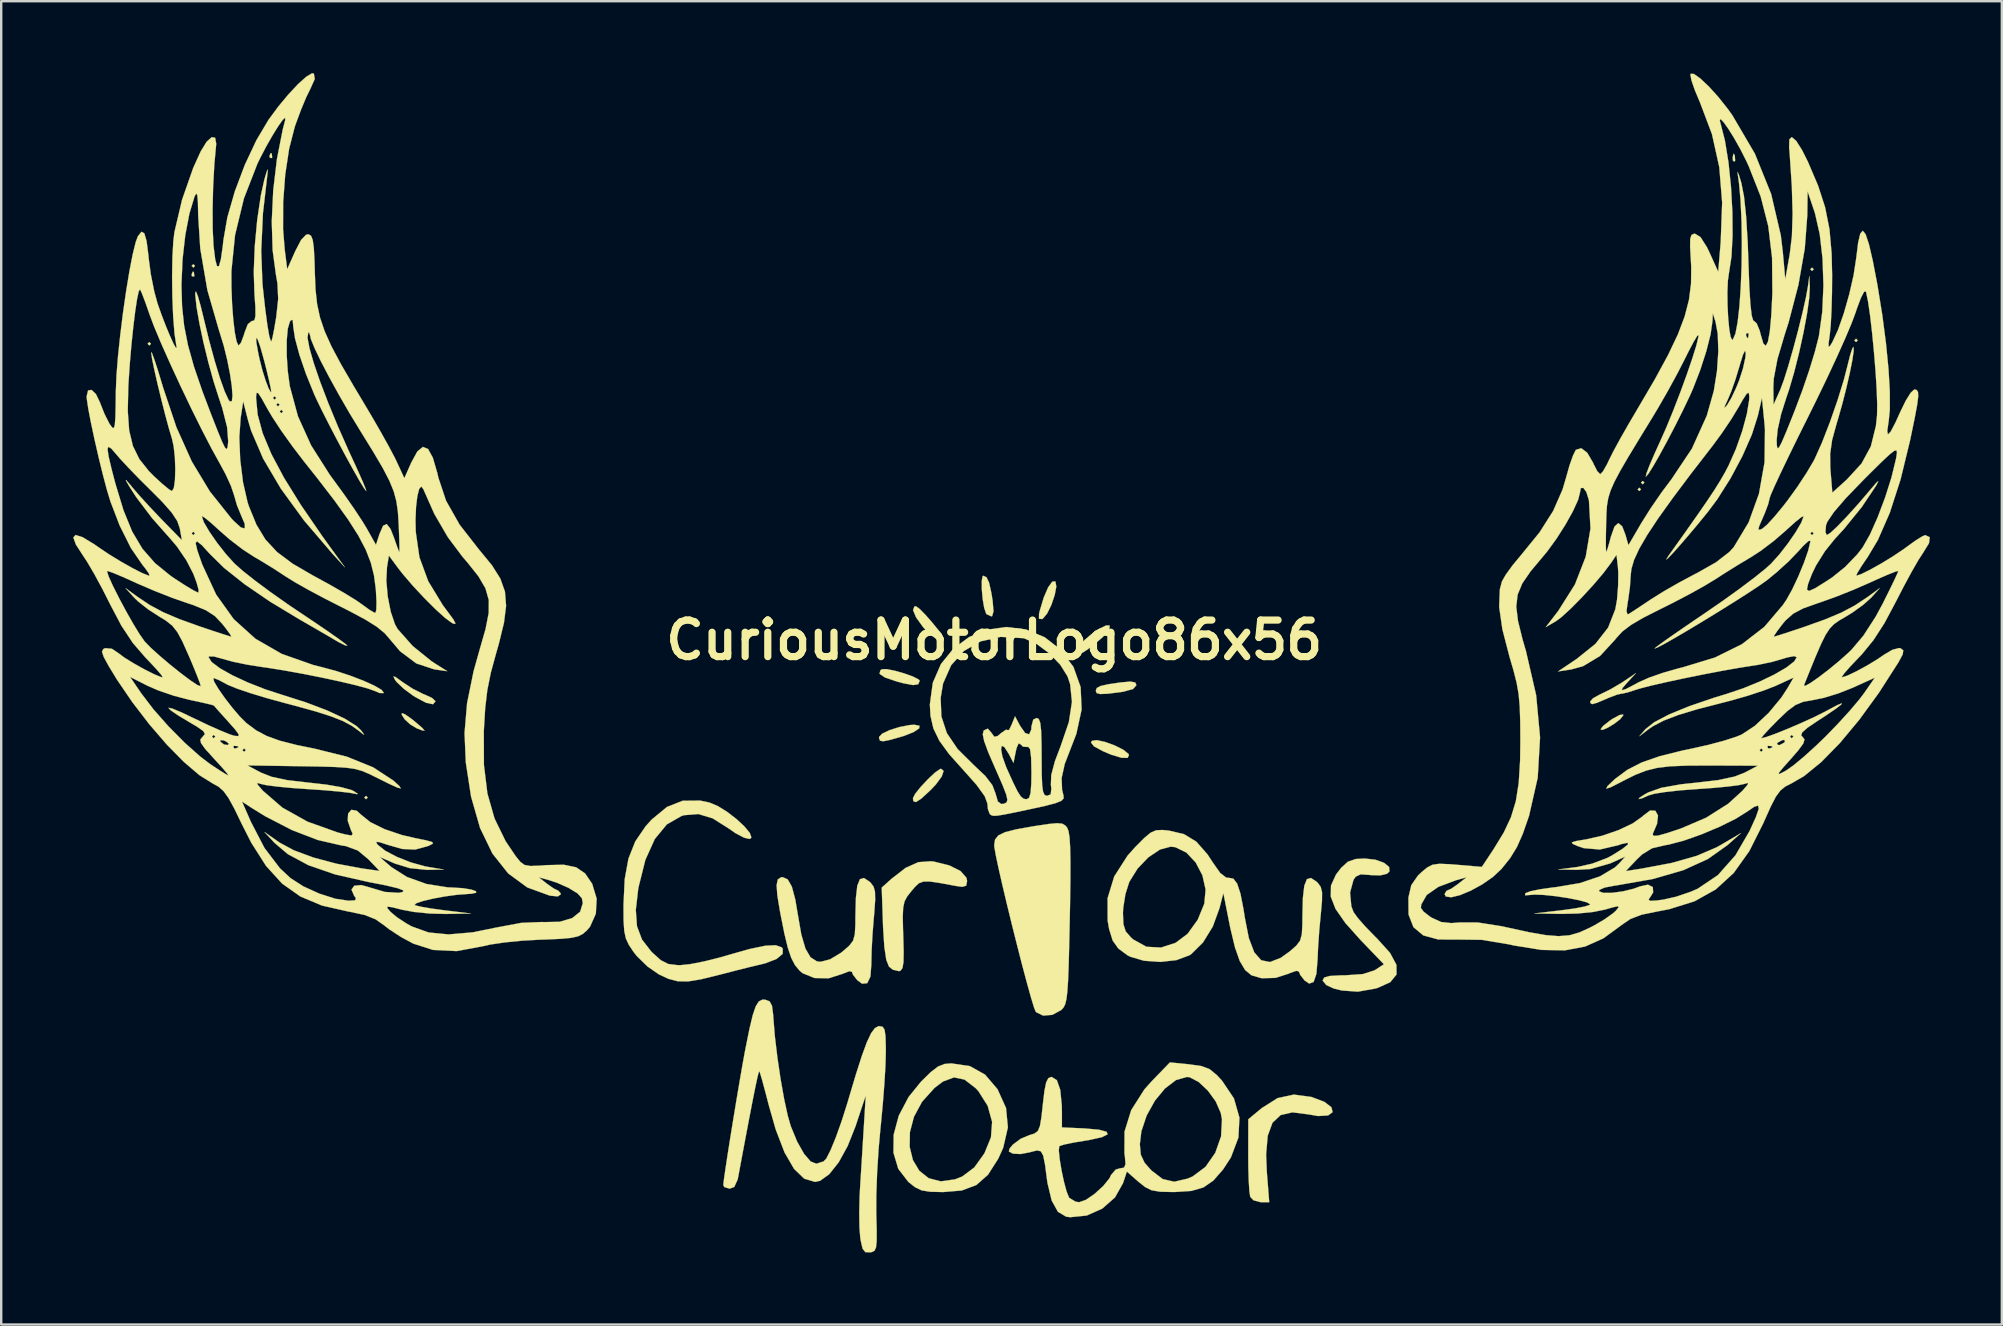
<source format=kicad_pcb>
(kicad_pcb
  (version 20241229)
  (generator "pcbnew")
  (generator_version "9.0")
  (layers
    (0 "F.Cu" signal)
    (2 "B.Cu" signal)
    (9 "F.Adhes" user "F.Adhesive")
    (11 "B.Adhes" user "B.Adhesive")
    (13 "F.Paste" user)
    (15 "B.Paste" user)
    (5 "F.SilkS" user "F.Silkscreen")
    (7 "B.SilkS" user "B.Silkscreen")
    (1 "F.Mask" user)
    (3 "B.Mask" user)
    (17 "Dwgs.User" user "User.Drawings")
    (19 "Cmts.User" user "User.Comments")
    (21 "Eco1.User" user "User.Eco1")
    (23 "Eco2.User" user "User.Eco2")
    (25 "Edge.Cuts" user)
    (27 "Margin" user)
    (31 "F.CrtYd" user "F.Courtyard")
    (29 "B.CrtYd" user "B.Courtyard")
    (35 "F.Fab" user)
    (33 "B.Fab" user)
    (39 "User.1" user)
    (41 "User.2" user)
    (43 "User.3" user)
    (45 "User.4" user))
  (footprint "CuriousMotorLogo86x56"
    (layer "F.Cu")
    (at 38.378 23.622)
    (property "Reference" "CuriousMotorLogo86x56" (at 0 0 0) (layer "F.SilkS") (effects (font (size 1.524 1.524) (thickness 0.3))))
    (attr through_hole)
    (fp_poly (pts (xy -35.137 -12.347) (xy -35.207 -12.277) (xy -35.278 -12.347) (xy -35.207 -12.418) (xy -35.137 -12.347)) (stroke (width 0.01) (type solid)) (fill yes) (layer "F.SilkS"))
    (fp_poly (pts (xy -33.302 -15.593) (xy -33.373 -15.522) (xy -33.443 -15.593) (xy -33.373 -15.663) (xy -33.302 -15.593)) (stroke (width 0.01) (type solid)) (fill yes) (layer "F.SilkS"))
    (fp_poly (pts (xy -26.106 6.562) (xy -26.176 6.632) (xy -26.247 6.562) (xy -26.176 6.491) (xy -26.106 6.562)) (stroke (width 0.01) (type solid)) (fill yes) (layer "F.SilkS"))
    (fp_poly (pts (xy 26.952 -6.279) (xy 26.882 -6.209) (xy 26.811 -6.279) (xy 26.882 -6.35) (xy 26.952 -6.279)) (stroke (width 0.01) (type solid)) (fill yes) (layer "F.SilkS"))
    (fp_poly (pts (xy 27.093 -6.562) (xy 27.023 -6.491) (xy 26.952 -6.562) (xy 27.023 -6.632) (xy 27.093 -6.562)) (stroke (width 0.01) (type solid)) (fill yes) (layer "F.SilkS"))
    (fp_poly (pts (xy 34.149 -15.452) (xy 34.078 -15.381) (xy 34.008 -15.452) (xy 34.078 -15.522) (xy 34.149 -15.452)) (stroke (width 0.01) (type solid)) (fill yes) (layer "F.SilkS"))
    (fp_poly (pts (xy 35.983 -12.488) (xy 35.913 -12.418) (xy 35.842 -12.488) (xy 35.913 -12.559) (xy 35.983 -12.488)) (stroke (width 0.01) (type solid)) (fill yes) (layer "F.SilkS"))
    (fp_poly (pts (xy -33.349 -15.334) (xy -33.332 -15.167) (xy -33.349 -15.146) (xy -33.433 -15.165) (xy -33.443 -15.24) (xy -33.392 -15.356) (xy -33.349 -15.334)) (stroke (width 0.01) (type solid)) (fill yes) (layer "F.SilkS"))
    (fp_poly (pts (xy -30.104 -20.273) (xy -30.087 -20.105) (xy -30.104 -20.085) (xy -30.188 -20.104) (xy -30.198 -20.179) (xy -30.146 -20.295) (xy -30.104 -20.273)) (stroke (width 0.01) (type solid)) (fill yes) (layer "F.SilkS"))
    (fp_poly (pts (xy 30.859 -20.205) (xy 30.875 -19.985) (xy 30.847 -19.935) (xy 30.783 -19.977) (xy 30.773 -20.12) (xy 30.808 -20.271) (xy 30.859 -20.205)) (stroke (width 0.01) (type solid)) (fill yes) (layer "F.SilkS"))
    (fp_poly (pts (xy -24.549 3.094) (xy -24.284 3.28) (xy -24.135 3.4) (xy -23.828 3.665) (xy -23.735 3.777) (xy -23.85 3.759) (xy -24.064 3.676) (xy -24.33 3.517) (xy -24.565 3.301) (xy -24.689 3.11) (xy -24.679 3.044) (xy -24.549 3.094)) (stroke (width 0.01) (type solid)) (fill yes) (layer "F.SilkS"))
    (fp_poly (pts (xy 26.212 3.137) (xy 26.084 3.297) (xy 25.839 3.486) (xy 25.564 3.653) (xy 25.345 3.745) (xy 25.265 3.717) (xy 25.377 3.574) (xy 25.651 3.359) (xy 25.771 3.279) (xy 26.059 3.123) (xy 26.208 3.099) (xy 26.212 3.137)) (stroke (width 0.01) (type solid)) (fill yes) (layer "F.SilkS"))
    (fp_poly (pts (xy 2.589 -2.235) (xy 2.522 -1.877) (xy 2.384 -1.47) (xy 2.207 -1.109) (xy 2.028 -0.894) (xy 1.991 -0.875) (xy 1.865 -0.89) (xy 1.869 -1.098) (xy 1.895 -1.209) (xy 2.064 -1.772) (xy 2.247 -2.196) (xy 2.419 -2.434) (xy 2.549 -2.446) (xy 2.589 -2.235)) (stroke (width 0.01) (type solid)) (fill yes) (layer "F.SilkS"))
    (fp_poly (pts (xy 4.621 4.244) (xy 5.022 4.39) (xy 5.379 4.569) (xy 5.596 4.745) (xy 5.617 4.786) (xy 5.563 4.909) (xy 5.302 4.904) (xy 4.873 4.775) (xy 4.535 4.632) (xy 4.158 4.428) (xy 4.035 4.272) (xy 4.069 4.2) (xy 4.271 4.169) (xy 4.621 4.244)) (stroke (width 0.01) (type solid)) (fill yes) (layer "F.SilkS"))
    (fp_poly (pts (xy -4.143 1.277) (xy -3.741 1.391) (xy -3.376 1.523) (xy -3.143 1.645) (xy -3.104 1.696) (xy -3.166 1.841) (xy -3.379 1.875) (xy -3.789 1.799) (xy -4.057 1.727) (xy -4.552 1.558) (xy -4.778 1.406) (xy -4.745 1.262) (xy -4.683 1.216) (xy -4.488 1.209) (xy -4.143 1.277)) (stroke (width 0.01) (type solid)) (fill yes) (layer "F.SilkS"))
    (fp_poly (pts (xy -3.12 -1.311) (xy -2.873 -1.061) (xy -2.586 -0.736) (xy -2.323 -0.412) (xy -2.15 -0.164) (xy -2.117 -0.082) (xy -2.202 0.021) (xy -2.42 -0.052) (xy -2.709 -0.268) (xy -2.953 -0.526) (xy -3.254 -0.944) (xy -3.382 -1.247) (xy -3.326 -1.4) (xy -3.263 -1.411) (xy -3.12 -1.311)) (stroke (width 0.01) (type solid)) (fill yes) (layer "F.SilkS"))
    (fp_poly (pts (xy -2.107 5.45) (xy -2.185 5.682) (xy -2.428 6.014) (xy -2.652 6.251) (xy -3.034 6.602) (xy -3.263 6.751) (xy -3.369 6.712) (xy -3.387 6.59) (xy -3.293 6.405) (xy -3.06 6.115) (xy -2.76 5.795) (xy -2.468 5.521) (xy -2.254 5.372) (xy -2.217 5.362) (xy -2.107 5.45)) (stroke (width 0.01) (type solid)) (fill yes) (layer "F.SilkS"))
    (fp_poly (pts (xy 4.81 -0.609) (xy 4.798 -0.432) (xy 4.532 -0.133) (xy 4.322 0.049) (xy 3.931 0.362) (xy 3.698 0.517) (xy 3.566 0.541) (xy 3.479 0.458) (xy 3.464 0.434) (xy 3.511 0.271) (xy 3.729 0.028) (xy 4.043 -0.239) (xy 4.379 -0.471) (xy 4.662 -0.61) (xy 4.81 -0.609)) (stroke (width 0.01) (type solid)) (fill yes) (layer "F.SilkS"))
    (fp_poly (pts (xy 5.878 1.767) (xy 5.927 1.877) (xy 5.789 2.037) (xy 5.381 2.151) (xy 5.272 2.168) (xy 4.734 2.235) (xy 4.419 2.249) (xy 4.27 2.209) (xy 4.233 2.112) (xy 4.274 1.997) (xy 4.434 1.912) (xy 4.769 1.837) (xy 5.256 1.766) (xy 5.674 1.728) (xy 5.878 1.767)) (stroke (width 0.01) (type solid)) (fill yes) (layer "F.SilkS"))
    (fp_poly (pts (xy -3.11 3.571) (xy -3.129 3.682) (xy -3.352 3.831) (xy -3.747 3.989) (xy -3.836 4.016) (xy -4.335 4.159) (xy -4.624 4.217) (xy -4.758 4.193) (xy -4.797 4.086) (xy -4.798 4.038) (xy -4.673 3.902) (xy -4.359 3.752) (xy -3.945 3.622) (xy -3.52 3.54) (xy -3.324 3.528) (xy -3.11 3.571)) (stroke (width 0.01) (type solid)) (fill yes) (layer "F.SilkS"))
    (fp_poly (pts (xy -0.321 -2.619) (xy -0.215 -2.398) (xy -0.119 -1.972) (xy -0.066 -1.641) (xy -0.029 -1.195) (xy -0.086 -0.997) (xy -0.117 -0.988) (xy -0.319 -1.079) (xy -0.336 -1.102) (xy -0.418 -1.343) (xy -0.481 -1.713) (xy -0.517 -2.12) (xy -0.519 -2.468) (xy -0.481 -2.665) (xy -0.457 -2.681) (xy -0.321 -2.619)) (stroke (width 0.01) (type solid)) (fill yes) (layer "F.SilkS"))
    (fp_poly (pts (xy -24.95 1.537) (xy -24.679 1.731) (xy -24.657 1.748) (xy -24.233 2.027) (xy -23.801 2.244) (xy -23.729 2.271) (xy -23.427 2.41) (xy -23.285 2.543) (xy -23.283 2.554) (xy -23.384 2.674) (xy -23.672 2.613) (xy -24.121 2.374) (xy -24.219 2.312) (xy -24.6 2.031) (xy -24.893 1.754) (xy -24.964 1.662) (xy -25.035 1.517) (xy -24.95 1.537)) (stroke (width 0.01) (type solid)) (fill yes) (layer "F.SilkS"))
    (fp_poly (pts (xy 13.218 19.037) (xy 13.762 19.243) (xy 14.054 19.469) (xy 14.101 19.672) (xy 13.913 19.808) (xy 13.497 19.833) (xy 13.08 19.762) (xy 12.429 19.679) (xy 11.937 19.792) (xy 11.596 20.113) (xy 11.397 20.656) (xy 11.33 21.434) (xy 11.362 22.181) (xy 11.46 23.424) (xy 11.107 23.424) (xy 10.807 23.345) (xy 10.669 23.201) (xy 10.634 22.973) (xy 10.606 22.533) (xy 10.589 21.95) (xy 10.586 21.473) (xy 10.588 19.967) (xy 11.152 19.5) (xy 11.807 19.086) (xy 12.486 18.939) (xy 13.218 19.037)) (stroke (width 0.01) (type solid)) (fill yes) (layer "F.SilkS"))
    (fp_poly (pts (xy -2.504 9.232) (xy -1.868 9.391) (xy -1.404 9.623) (xy -1.157 9.903) (xy -1.129 10.039) (xy -1.166 10.234) (xy -1.333 10.283) (xy -1.587 10.247) (xy -2.235 10.127) (xy -2.666 10.063) (xy -2.945 10.061) (xy -3.133 10.129) (xy -3.292 10.274) (xy -3.446 10.455) (xy -3.624 10.68) (xy -3.736 10.889) (xy -3.793 11.152) (xy -3.81 11.536) (xy -3.797 12.112) (xy -3.789 12.338) (xy -3.772 12.993) (xy -3.78 13.417) (xy -3.82 13.66) (xy -3.897 13.772) (xy -3.964 13.797) (xy -4.227 13.734) (xy -4.386 13.603) (xy -4.497 13.324) (xy -4.578 12.786) (xy -4.63 11.979) (xy -4.635 11.84) (xy -4.687 10.314) (xy -4.284 9.951) (xy -3.691 9.491) (xy -3.162 9.254) (xy -2.633 9.216) (xy -2.504 9.232)) (stroke (width 0.01) (type solid)) (fill yes) (layer "F.SilkS"))
    (fp_poly (pts (xy 2.838 7.651) (xy 2.97 7.731) (xy 3.039 7.814) (xy 3.097 7.956) (xy 3.139 8.217) (xy 3.165 8.629) (xy 3.177 9.22) (xy 3.175 10.021) (xy 3.16 11.06) (xy 3.149 11.617) (xy 3.125 12.714) (xy 3.103 13.563) (xy 3.078 14.199) (xy 3.047 14.658) (xy 3.008 14.973) (xy 2.956 15.18) (xy 2.889 15.312) (xy 2.804 15.406) (xy 2.792 15.416) (xy 2.423 15.616) (xy 2.037 15.648) (xy 1.745 15.503) (xy 1.731 15.487) (xy 1.656 15.299) (xy 1.53 14.883) (xy 1.364 14.286) (xy 1.169 13.555) (xy 0.959 12.737) (xy 0.743 11.878) (xy 0.535 11.027) (xy 0.346 10.229) (xy 0.187 9.533) (xy 0.07 8.984) (xy 0.007 8.629) (xy 0 8.544) (xy 0.035 8.313) (xy 0.172 8.14) (xy 0.453 8.004) (xy 0.924 7.884) (xy 1.628 7.759) (xy 1.675 7.752) (xy 2.255 7.664) (xy 2.621 7.63) (xy 2.838 7.651)) (stroke (width 0.01) (type solid)) (fill yes) (layer "F.SilkS"))
    (fp_poly (pts (xy 15.89 9.153) (xy 16.248 9.283) (xy 16.458 9.458) (xy 16.47 9.642) (xy 16.369 9.737) (xy 16.095 9.804) (xy 15.7 9.795) (xy 15.642 9.787) (xy 15.272 9.761) (xy 15.064 9.858) (xy 14.971 9.994) (xy 14.828 10.52) (xy 14.882 11.093) (xy 14.974 11.333) (xy 15.148 11.576) (xy 15.467 11.939) (xy 15.87 12.354) (xy 15.962 12.444) (xy 16.494 13.035) (xy 16.761 13.531) (xy 16.765 13.936) (xy 16.505 14.255) (xy 15.979 14.493) (xy 15.875 14.522) (xy 15.156 14.65) (xy 14.493 14.603) (xy 14.146 14.518) (xy 13.836 14.373) (xy 13.69 14.196) (xy 13.688 14.178) (xy 13.752 14.061) (xy 13.98 13.996) (xy 14.422 13.971) (xy 14.61 13.97) (xy 15.358 13.918) (xy 15.848 13.762) (xy 15.885 13.739) (xy 16.238 13.508) (xy 15.272 12.504) (xy 14.634 11.791) (xy 14.221 11.198) (xy 14.024 10.688) (xy 14.034 10.226) (xy 14.24 9.775) (xy 14.453 9.496) (xy 14.736 9.236) (xy 15.066 9.122) (xy 15.434 9.102) (xy 15.89 9.153)) (stroke (width 0.01) (type solid)) (fill yes) (layer "F.SilkS"))
    (fp_poly (pts (xy -1.014 17.753) (xy -0.381 18.106) (xy 0.137 18.713) (xy 0.139 18.717) (xy 0.493 19.498) (xy 0.571 20.306) (xy 0.375 21.154) (xy 0.17 21.608) (xy -0.258 22.279) (xy -0.744 22.708) (xy -1.353 22.936) (xy -2.133 23.001) (xy -2.67 22.988) (xy -3.027 22.93) (xy -3.303 22.796) (xy -3.581 22.574) (xy -3.997 22.033) (xy -4.198 21.362) (xy -4.195 21.116) (xy -3.523 21.116) (xy -3.388 21.666) (xy -3.12 22.114) (xy -2.73 22.423) (xy -2.229 22.555) (xy -1.631 22.471) (xy -1.329 22.351) (xy -0.829 21.975) (xy -0.409 21.39) (xy -0.135 20.721) (xy -0.087 20.077) (xy -0.272 19.406) (xy -0.662 18.791) (xy -0.775 18.67) (xy -1.235 18.315) (xy -1.674 18.223) (xy -2.136 18.395) (xy -2.487 18.661) (xy -3.006 19.237) (xy -3.344 19.864) (xy -3.512 20.503) (xy -3.523 21.116) (xy -4.195 21.116) (xy -4.189 20.609) (xy -3.977 19.819) (xy -3.567 19.039) (xy -3.054 18.405) (xy -2.642 18) (xy -2.337 17.767) (xy -2.064 17.662) (xy -1.787 17.639) (xy -1.014 17.753)) (stroke (width 0.01) (type solid)) (fill yes) (layer "F.SilkS"))
    (fp_poly (pts (xy -8.603 9.973) (xy -8.432 10.275) (xy -8.288 10.811) (xy -8.185 11.424) (xy -8.038 12.266) (xy -7.866 12.855) (xy -7.654 13.219) (xy -7.39 13.386) (xy -7.236 13.406) (xy -6.843 13.304) (xy -6.392 13.035) (xy -6.312 12.972) (xy -6.039 12.734) (xy -5.881 12.526) (xy -5.808 12.26) (xy -5.785 11.847) (xy -5.784 11.526) (xy -5.764 10.75) (xy -5.705 10.235) (xy -5.595 9.963) (xy -5.428 9.913) (xy -5.194 10.068) (xy -5.142 10.118) (xy -5.026 10.273) (xy -4.967 10.489) (xy -4.96 10.832) (xy -4.997 11.369) (xy -5.015 11.565) (xy -5.069 12.234) (xy -5.106 12.899) (xy -5.119 13.433) (xy -5.118 13.501) (xy -5.158 14.023) (xy -5.291 14.298) (xy -5.507 14.317) (xy -5.711 14.166) (xy -5.886 13.94) (xy -5.927 13.827) (xy -6.033 13.798) (xy -6.291 13.895) (xy -6.315 13.907) (xy -6.899 14.093) (xy -7.487 14.082) (xy -7.984 13.881) (xy -8.11 13.775) (xy -8.3 13.545) (xy -8.457 13.244) (xy -8.6 12.821) (xy -8.744 12.226) (xy -8.907 11.408) (xy -8.929 11.289) (xy -9.037 10.636) (xy -9.067 10.213) (xy -9.018 9.976) (xy -8.884 9.884) (xy -8.813 9.878) (xy -8.603 9.973)) (stroke (width 0.01) (type solid)) (fill yes) (layer "F.SilkS"))
    (fp_poly (pts (xy -11.865 6.77) (xy -11.514 6.918) (xy -11.122 7.162) (xy -10.737 7.459) (xy -10.409 7.765) (xy -10.185 8.035) (xy -10.116 8.226) (xy -10.183 8.288) (xy -10.418 8.237) (xy -10.777 8.048) (xy -11.06 7.852) (xy -11.73 7.429) (xy -12.332 7.248) (xy -12.92 7.297) (xy -13.032 7.331) (xy -13.641 7.68) (xy -14.143 8.289) (xy -14.535 9.156) (xy -14.817 10.281) (xy -14.836 10.384) (xy -14.934 11.246) (xy -14.885 11.923) (xy -14.676 12.479) (xy -14.291 12.976) (xy -14.257 13.011) (xy -13.894 13.338) (xy -13.581 13.497) (xy -13.196 13.545) (xy -13.087 13.547) (xy -12.673 13.504) (xy -12.088 13.39) (xy -11.427 13.225) (xy -11.077 13.123) (xy -10.192 12.872) (xy -9.541 12.736) (xy -9.102 12.715) (xy -8.853 12.805) (xy -8.811 12.855) (xy -8.814 13.074) (xy -9.066 13.286) (xy -9.535 13.468) (xy -9.737 13.518) (xy -10.189 13.625) (xy -10.792 13.776) (xy -11.423 13.939) (xy -11.488 13.956) (xy -12.221 14.136) (xy -12.762 14.224) (xy -13.188 14.217) (xy -13.574 14.115) (xy -13.983 13.924) (xy -14.452 13.597) (xy -14.895 13.164) (xy -15.028 12.994) (xy -15.226 12.696) (xy -15.349 12.431) (xy -15.416 12.119) (xy -15.444 11.684) (xy -15.447 11.046) (xy -15.447 11.029) (xy -15.397 9.964) (xy -15.24 9.104) (xy -14.956 8.39) (xy -14.525 7.757) (xy -14.27 7.476) (xy -13.635 6.952) (xy -12.98 6.695) (xy -12.256 6.688) (xy -11.865 6.77)) (stroke (width 0.01) (type solid)) (fill yes) (layer "F.SilkS"))
    (fp_poly (pts (xy 7.275 7.938) (xy 7.908 8.086) (xy 8.424 8.401) (xy 8.888 8.929) (xy 9.102 9.257) (xy 9.418 9.706) (xy 9.671 9.899) (xy 9.77 9.906) (xy 9.965 9.94) (xy 10.124 10.148) (xy 10.261 10.563) (xy 10.389 11.215) (xy 10.44 11.549) (xy 10.61 12.415) (xy 10.835 13.01) (xy 11.126 13.341) (xy 11.491 13.416) (xy 11.941 13.241) (xy 12.315 12.972) (xy 12.588 12.734) (xy 12.745 12.526) (xy 12.819 12.26) (xy 12.841 11.847) (xy 12.843 11.526) (xy 12.862 10.75) (xy 12.922 10.235) (xy 13.031 9.963) (xy 13.199 9.913) (xy 13.433 10.068) (xy 13.484 10.118) (xy 13.605 10.282) (xy 13.662 10.509) (xy 13.659 10.873) (xy 13.609 11.423) (xy 13.546 12.09) (xy 13.498 12.781) (xy 13.475 13.302) (xy 13.426 13.911) (xy 13.309 14.247) (xy 13.124 14.314) (xy 12.931 14.181) (xy 12.748 13.945) (xy 12.7 13.815) (xy 12.593 13.781) (xy 12.331 13.872) (xy 12.284 13.896) (xy 11.725 14.076) (xy 11.141 14.091) (xy 10.717 13.966) (xy 10.454 13.747) (xy 10.231 13.372) (xy 10.032 12.803) (xy 9.839 11.999) (xy 9.798 11.796) (xy 9.549 10.542) (xy 9.389 11.169) (xy 9.108 11.938) (xy 8.7 12.601) (xy 8.219 13.078) (xy 8.129 13.137) (xy 7.593 13.336) (xy 6.924 13.411) (xy 6.239 13.362) (xy 5.658 13.19) (xy 5.548 13.13) (xy 5.173 12.853) (xy 4.937 12.522) (xy 4.79 12.05) (xy 4.727 11.691) (xy 4.726 11.382) (xy 5.365 11.382) (xy 5.385 11.843) (xy 5.481 12.14) (xy 5.698 12.39) (xy 5.796 12.476) (xy 6.343 12.779) (xy 6.952 12.812) (xy 7.561 12.614) (xy 8.061 12.238) (xy 8.481 11.653) (xy 8.755 10.984) (xy 8.809 10.398) (xy 8.677 9.804) (xy 8.396 9.267) (xy 8.007 8.854) (xy 7.548 8.63) (xy 7.354 8.608) (xy 6.906 8.729) (xy 6.424 9.052) (xy 5.977 9.518) (xy 5.635 10.067) (xy 5.625 10.088) (xy 5.468 10.584) (xy 5.376 11.166) (xy 5.365 11.382) (xy 4.726 11.382) (xy 4.725 10.755) (xy 5.001 9.851) (xy 5.555 8.985) (xy 5.854 8.649) (xy 6.245 8.254) (xy 6.517 8.026) (xy 6.747 7.925) (xy 7.014 7.913) (xy 7.275 7.938)) (stroke (width 0.01) (type solid)) (fill yes) (layer "F.SilkS"))
    (fp_poly (pts (xy -9.547 14.985) (xy -9.36 15.053) (xy -9.259 15.239) (xy -9.21 15.617) (xy -9.203 15.734) (xy -9.139 16.516) (xy -9.034 17.393) (xy -8.902 18.287) (xy -8.754 19.121) (xy -8.603 19.817) (xy -8.479 20.249) (xy -8.21 20.901) (xy -7.924 21.407) (xy -7.649 21.726) (xy -7.412 21.819) (xy -7.381 21.811) (xy -7.165 21.74) (xy -7.117 21.731) (xy -6.995 21.603) (xy -6.815 21.248) (xy -6.596 20.714) (xy -6.357 20.044) (xy -6.117 19.287) (xy -6.07 19.126) (xy -5.764 18.101) (xy -5.514 17.321) (xy -5.307 16.759) (xy -5.131 16.385) (xy -4.974 16.171) (xy -4.825 16.09) (xy -4.788 16.087) (xy -4.65 16.113) (xy -4.569 16.232) (xy -4.529 16.5) (xy -4.516 16.974) (xy -4.516 17.18) (xy -4.532 17.738) (xy -4.576 18.485) (xy -4.642 19.33) (xy -4.722 20.182) (xy -4.737 20.32) (xy -4.818 21.224) (xy -4.879 22.196) (xy -4.912 23.12) (xy -4.914 23.885) (xy -4.913 23.918) (xy -4.896 24.597) (xy -4.897 25.044) (xy -4.925 25.31) (xy -4.988 25.445) (xy -5.094 25.5) (xy -5.176 25.514) (xy -5.37 25.504) (xy -5.485 25.36) (xy -5.564 25.014) (xy -5.581 24.905) (xy -5.615 24.475) (xy -5.624 23.864) (xy -5.608 23.174) (xy -5.589 22.815) (xy -5.54 22.026) (xy -5.487 21.172) (xy -5.44 20.401) (xy -5.426 20.179) (xy -5.353 18.979) (xy -5.78 20.263) (xy -6.106 21.082) (xy -6.478 21.758) (xy -6.871 22.254) (xy -7.256 22.532) (xy -7.467 22.578) (xy -7.918 22.442) (xy -8.34 22.035) (xy -8.735 21.353) (xy -9.104 20.394) (xy -9.389 19.397) (xy -9.541 18.812) (xy -9.669 18.339) (xy -9.758 18.039) (xy -9.787 17.965) (xy -9.816 18.023) (xy -9.871 18.242) (xy -9.956 18.641) (xy -10.076 19.241) (xy -10.234 20.06) (xy -10.434 21.118) (xy -10.68 22.434) (xy -10.687 22.472) (xy -10.831 22.788) (xy -11.024 22.86) (xy -11.244 22.794) (xy -11.289 22.711) (xy -11.266 22.504) (xy -11.204 22.07) (xy -11.112 21.463) (xy -10.997 20.736) (xy -10.868 19.941) (xy -10.734 19.129) (xy -10.603 18.355) (xy -10.484 17.67) (xy -10.385 17.126) (xy -10.361 17.004) (xy -10.197 16.194) (xy -10.061 15.625) (xy -9.936 15.259) (xy -9.809 15.058) (xy -9.662 14.983) (xy -9.547 14.985)) (stroke (width 0.01) (type solid)) (fill yes) (layer "F.SilkS"))
    (fp_poly (pts (xy 8.142 17.68) (xy 8.638 17.751) (xy 8.976 17.879) (xy 9.278 18.127) (xy 9.489 18.353) (xy 9.99 19.099) (xy 10.219 19.899) (xy 10.177 20.728) (xy 9.862 21.56) (xy 9.537 22.059) (xy 9.131 22.523) (xy 8.719 22.808) (xy 8.214 22.954) (xy 7.529 22.999) (xy 7.449 22.999) (xy 6.915 22.987) (xy 6.561 22.927) (xy 6.284 22.79) (xy 6.014 22.574) (xy 5.528 22.147) (xy 5.37 22.624) (xy 5.034 23.223) (xy 4.505 23.689) (xy 3.857 23.979) (xy 3.166 24.049) (xy 2.997 24.027) (xy 2.655 23.823) (xy 2.395 23.353) (xy 2.219 22.62) (xy 2.194 22.437) (xy 2.115 21.841) (xy 2.041 21.478) (xy 1.943 21.302) (xy 1.789 21.266) (xy 1.55 21.324) (xy 1.489 21.342) (xy 1.097 21.417) (xy 0.787 21.401) (xy 0.769 21.395) (xy 0.61 21.309) (xy 0.644 21.181) (xy 0.781 21.02) (xy 1.106 20.779) (xy 1.47 20.627) (xy 1.685 20.56) (xy 1.821 20.453) (xy 1.907 20.244) (xy 1.969 19.871) (xy 2.025 19.359) (xy 2.094 18.779) (xy 2.166 18.428) (xy 2.257 18.253) (xy 2.384 18.204) (xy 2.395 18.203) (xy 2.612 18.339) (xy 2.753 18.743) (xy 2.818 19.41) (xy 2.822 19.696) (xy 2.822 20.307) (xy 3.763 20.349) (xy 4.363 20.402) (xy 4.684 20.488) (xy 4.726 20.596) (xy 4.489 20.714) (xy 3.971 20.83) (xy 3.802 20.857) (xy 3.297 20.941) (xy 2.91 21.022) (xy 2.718 21.083) (xy 2.713 21.087) (xy 2.692 21.265) (xy 2.728 21.629) (xy 2.805 22.094) (xy 2.907 22.572) (xy 3.017 22.979) (xy 3.118 23.227) (xy 3.131 23.245) (xy 3.392 23.401) (xy 3.54 23.424) (xy 3.823 23.324) (xy 4.186 23.074) (xy 4.543 22.749) (xy 4.804 22.426) (xy 4.871 22.287) (xy 5.064 22.062) (xy 5.239 22.013) (xy 5.409 21.983) (xy 5.471 21.844) (xy 5.446 21.523) (xy 5.427 21.392) (xy 5.429 21.004) (xy 6.069 21.004) (xy 6.108 21.443) (xy 6.267 21.781) (xy 6.548 22.098) (xy 7.02 22.459) (xy 7.502 22.57) (xy 8.062 22.44) (xy 8.267 22.351) (xy 8.804 21.952) (xy 9.211 21.368) (xy 9.453 20.683) (xy 9.491 19.978) (xy 9.44 19.701) (xy 9.232 19.226) (xy 8.903 18.773) (xy 8.52 18.414) (xy 8.15 18.219) (xy 8.035 18.203) (xy 7.577 18.333) (xy 7.117 18.683) (xy 6.695 19.195) (xy 6.353 19.811) (xy 6.132 20.472) (xy 6.069 21.004) (xy 5.429 21.004) (xy 5.431 20.481) (xy 5.709 19.587) (xy 6.256 18.727) (xy 6.561 18.384) (xy 7.323 17.598) (xy 8.142 17.68)) (stroke (width 0.01) (type solid)) (fill yes) (layer "F.SilkS"))
    (fp_poly (pts (xy 1.316 -0.446) (xy 2.101 -0.12) (xy 2.74 0.375) (xy 3.3 1.113) (xy 3.601 1.956) (xy 3.643 2.892) (xy 3.423 3.909) (xy 3.225 4.421) (xy 2.939 5.161) (xy 2.81 5.746) (xy 2.829 6.244) (xy 2.886 6.471) (xy 2.895 6.596) (xy 2.8 6.698) (xy 2.557 6.796) (xy 2.121 6.91) (xy 1.55 7.035) (xy 0.864 7.181) (xy 0.403 7.273) (xy 0.117 7.318) (xy -0.045 7.322) (xy -0.134 7.291) (xy -0.188 7.244) (xy -0.262 7.042) (xy -0.282 6.813) (xy -0.396 6.504) (xy -0.737 6.032) (xy -1.277 5.425) (xy -1.878 4.754) (xy -2.286 4.194) (xy -2.535 3.681) (xy -2.656 3.155) (xy -2.681 2.681) (xy -2.644 2.404) (xy -2.231 2.404) (xy -2.201 3.181) (xy -1.973 3.876) (xy -1.522 4.542) (xy -0.859 5.199) (xy -0.367 5.665) (xy -0.076 6.046) (xy 0.057 6.397) (xy 0.058 6.402) (xy 0.153 6.728) (xy 0.3 6.832) (xy 0.411 6.818) (xy 0.516 6.766) (xy 0.55 6.654) (xy 0.501 6.435) (xy 0.357 6.062) (xy 0.107 5.49) (xy 0.039 5.337) (xy -0.25 4.67) (xy -0.293 4.551) (xy 0.286 4.551) (xy 0.342 4.852) (xy 0.491 5.27) (xy 0.516 5.329) (xy 0.784 5.924) (xy 0.972 6.305) (xy 1.111 6.519) (xy 1.229 6.613) (xy 1.346 6.632) (xy 1.452 6.575) (xy 1.516 6.372) (xy 1.546 5.975) (xy 1.552 5.495) (xy 1.538 4.891) (xy 1.495 4.548) (xy 1.418 4.446) (xy 1.395 4.455) (xy 1.199 4.441) (xy 1.117 4.357) (xy 1.018 4.301) (xy 0.932 4.5) (xy 0.9 4.64) (xy 0.804 5.118) (xy 0.607 4.742) (xy 0.424 4.457) (xy 0.315 4.406) (xy 0.286 4.551) (xy -0.293 4.551) (xy -0.418 4.212) (xy -0.477 3.926) (xy -0.439 3.772) (xy -0.43 3.762) (xy -0.264 3.69) (xy -0.12 3.856) (xy 0.005 4.029) (xy 0.144 3.997) (xy 0.295 3.869) (xy 0.495 3.732) (xy 0.573 3.753) (xy 0.623 3.738) (xy 0.725 3.528) (xy 0.868 3.175) (xy 1.073 3.563) (xy 1.288 3.871) (xy 1.456 3.927) (xy 1.545 3.73) (xy 1.552 3.598) (xy 1.626 3.315) (xy 1.764 3.246) (xy 1.857 3.289) (xy 1.919 3.448) (xy 1.955 3.768) (xy 1.972 4.291) (xy 1.976 4.868) (xy 1.98 5.574) (xy 1.999 6.044) (xy 2.038 6.323) (xy 2.104 6.457) (xy 2.203 6.491) (xy 2.355 6.427) (xy 2.381 6.188) (xy 2.362 6.032) (xy 2.377 5.623) (xy 2.53 5.048) (xy 2.769 4.418) (xy 3.11 3.421) (xy 3.24 2.573) (xy 3.165 1.839) (xy 3.055 1.512) (xy 2.753 1.028) (xy 2.294 0.552) (xy 1.769 0.162) (xy 1.266 -0.065) (xy 1.199 -0.08) (xy 0.27 -0.134) (xy -0.56 0.051) (xy -1.258 0.452) (xy -1.793 1.046) (xy -2.13 1.808) (xy -2.231 2.404) (xy -2.644 2.404) (xy -2.558 1.777) (xy -2.218 0.996) (xy -1.7 0.356) (xy -1.047 -0.126) (xy -0.299 -0.432) (xy 0.502 -0.545) (xy 1.316 -0.446)) (stroke (width 0.01) (type solid)) (fill yes) (layer "F.SilkS"))
    (fp_poly (pts (xy -28.35 -23.608) (xy -28.312 -23.381) (xy -28.488 -22.987) (xy -28.667 -22.622) (xy -28.888 -22.091) (xy -29.108 -21.496) (xy -29.148 -21.378) (xy -29.379 -20.479) (xy -29.542 -19.403) (xy -29.629 -18.25) (xy -29.632 -17.121) (xy -29.565 -16.283) (xy -29.46 -15.452) (xy -29.127 -16.203) (xy -28.879 -16.679) (xy -28.67 -16.894) (xy -28.568 -16.909) (xy -28.466 -16.845) (xy -28.396 -16.67) (xy -28.351 -16.337) (xy -28.322 -15.8) (xy -28.309 -15.311) (xy -28.281 -14.614) (xy -28.215 -14.008) (xy -28.094 -13.442) (xy -27.899 -12.866) (xy -27.612 -12.23) (xy -27.213 -11.483) (xy -26.685 -10.576) (xy -26.39 -10.084) (xy -25.964 -9.368) (xy -25.562 -8.672) (xy -25.222 -8.062) (xy -24.979 -7.602) (xy -24.919 -7.478) (xy -24.579 -6.745) (xy -24.292 -7.394) (xy -24.038 -7.859) (xy -23.806 -8.05) (xy -23.592 -7.964) (xy -23.392 -7.601) (xy -23.204 -6.958) (xy -23.163 -6.773) (xy -22.84 -5.805) (xy -22.275 -4.807) (xy -21.454 -3.755) (xy -21.443 -3.743) (xy -20.929 -3.117) (xy -20.58 -2.564) (xy -20.387 -2.021) (xy -20.339 -1.429) (xy -20.427 -0.725) (xy -20.641 0.153) (xy -20.759 0.564) (xy -20.976 1.361) (xy -21.12 2.075) (xy -21.21 2.827) (xy -21.264 3.732) (xy -21.268 3.81) (xy -21.263 5.201) (xy -21.118 6.392) (xy -20.821 7.435) (xy -20.357 8.384) (xy -19.944 8.996) (xy -19.749 9.239) (xy -19.57 9.37) (xy -19.319 9.414) (xy -18.912 9.398) (xy -18.655 9.377) (xy -17.936 9.361) (xy -17.421 9.468) (xy -17.047 9.723) (xy -16.754 10.153) (xy -16.75 10.162) (xy -16.565 10.775) (xy -16.599 11.4) (xy -16.842 11.945) (xy -16.969 12.094) (xy -17.139 12.243) (xy -17.337 12.343) (xy -17.621 12.408) (xy -18.051 12.448) (xy -18.687 12.477) (xy -18.92 12.484) (xy -19.661 12.525) (xy -20.386 12.597) (xy -20.997 12.687) (xy -21.308 12.757) (xy -22.4 12.96) (xy -23.387 12.911) (xy -24.21 12.647) (xy -24.725 12.369) (xy -25.22 12.044) (xy -25.409 11.895) (xy -25.777 11.636) (xy -26.222 11.457) (xy -26.843 11.323) (xy -26.935 11.307) (xy -28.008 11.063) (xy -28.908 10.686) (xy -29.673 10.146) (xy -30.343 9.409) (xy -30.958 8.443) (xy -31.344 7.682) (xy -31.659 7.031) (xy -31.823 6.731) (xy -31.342 6.731) (xy -30.978 7.564) (xy -30.408 8.662) (xy -29.76 9.513) (xy -29.322 9.919) (xy -28.787 10.263) (xy -28.124 10.564) (xy -27.453 10.779) (xy -26.9 10.861) (xy -26.631 10.844) (xy -26.598 10.755) (xy -26.675 10.648) (xy -26.782 10.396) (xy -26.666 10.237) (xy -26.379 10.208) (xy -26.149 10.269) (xy -25.392 10.494) (xy -24.815 10.532) (xy -24.647 10.496) (xy -24.616 10.433) (xy -24.844 10.343) (xy -25.337 10.224) (xy -26.09 10.077) (xy -27.464 9.765) (xy -28.575 9.381) (xy -29.435 8.919) (xy -29.987 8.451) (xy -30.409 7.996) (xy -29.774 8.441) (xy -29.178 8.762) (xy -28.366 9.062) (xy -27.403 9.319) (xy -26.356 9.513) (xy -26.317 9.519) (xy -25.612 9.619) (xy -26.082 9.13) (xy -26.516 8.769) (xy -27.005 8.588) (xy -27.224 8.552) (xy -28.19 8.329) (xy -29.264 7.916) (xy -30.379 7.34) (xy -30.958 6.982) (xy -31.342 6.731) (xy -31.823 6.731) (xy -31.902 6.587) (xy -32.109 6.298) (xy -32.318 6.111) (xy -32.561 5.977) (xy -33.119 5.629) (xy -33.77 5.073) (xy -34.478 4.353) (xy -35.205 3.51) (xy -35.914 2.587) (xy -36.568 1.626) (xy -36.623 1.534) (xy -36.009 1.534) (xy -35.546 2.214) (xy -35.039 2.879) (xy -34.408 3.594) (xy -33.727 4.281) (xy -33.073 4.863) (xy -32.669 5.168) (xy -32.288 5.42) (xy -32.01 5.593) (xy -31.909 5.644) (xy -31.969 5.551) (xy -32.179 5.304) (xy -32.497 4.956) (xy -32.531 4.919) (xy -32.831 4.586) (xy -31.327 4.586) (xy -31.256 4.657) (xy -31.186 4.586) (xy -31.256 4.516) (xy -31.327 4.586) (xy -32.831 4.586) (xy -32.88 4.532) (xy -32.959 4.421) (xy -31.703 4.421) (xy -31.684 4.505) (xy -31.609 4.516) (xy -31.493 4.464) (xy -31.515 4.421) (xy -31.682 4.405) (xy -31.703 4.421) (xy -32.959 4.421) (xy -33.054 4.289) (xy -33.073 4.17) (xy -32.256 4.17) (xy -32.243 4.235) (xy -32.092 4.352) (xy -31.93 4.372) (xy -31.891 4.319) (xy -32.002 4.228) (xy -32.11 4.179) (xy -32.256 4.17) (xy -33.073 4.17) (xy -33.079 4.138) (xy -32.986 4.031) (xy -32.978 4.022) (xy -32.597 4.022) (xy -32.526 4.092) (xy -32.456 4.022) (xy -32.526 3.951) (xy -32.597 4.022) (xy -32.978 4.022) (xy -32.89 3.917) (xy -32.959 3.789) (xy -33.229 3.601) (xy -33.42 3.489) (xy -33.995 3.145) (xy -34.325 2.92) (xy -34.411 2.82) (xy -34.255 2.85) (xy -33.855 3.017) (xy -33.391 3.238) (xy -32.789 3.526) (xy -32.25 3.767) (xy -31.843 3.932) (xy -31.662 3.989) (xy -31.499 4.003) (xy -31.481 3.931) (xy -31.624 3.732) (xy -31.915 3.402) (xy -32.224 3.059) (xy -32.442 2.814) (xy -32.518 2.725) (xy -32.652 2.685) (xy -32.993 2.606) (xy -33.47 2.503) (xy -33.535 2.489) (xy -34.175 2.323) (xy -34.827 2.1) (xy -35.273 1.907) (xy -36.009 1.534) (xy -36.623 1.534) (xy -36.891 1.094) (xy -37.105 0.704) (xy -37.179 0.486) (xy -37.126 0.375) (xy -37.048 0.336) (xy -36.766 0.362) (xy -36.505 0.536) (xy -36.249 0.727) (xy -35.858 0.969) (xy -35.416 1.216) (xy -35.007 1.422) (xy -34.717 1.54) (xy -34.652 1.552) (xy -34.699 1.46) (xy -34.907 1.216) (xy -35.234 0.867) (xy -35.356 0.741) (xy -35.892 0.121) (xy -36.374 -0.608) (xy -36.836 -1.486) (xy -37.164 -2.135) (xy -37.5 -2.755) (xy -37.57 -2.875) (xy -36.971 -2.875) (xy -36.904 -2.658) (xy -36.726 -2.264) (xy -36.472 -1.76) (xy -36.178 -1.21) (xy -35.878 -0.681) (xy -35.607 -0.237) (xy -35.401 0.055) (xy -35.4 0.056) (xy -35.15 0.315) (xy -34.781 0.649) (xy -34.349 1.015) (xy -33.907 1.369) (xy -33.51 1.668) (xy -33.211 1.868) (xy -33.066 1.926) (xy -33.063 1.925) (xy -33.1 1.789) (xy -33.228 1.453) (xy -33.424 0.975) (xy -33.56 0.656) (xy -33.824 0.064) (xy -34.038 -0.333) (xy -34.252 -0.603) (xy -34.518 -0.814) (xy -34.791 -0.98) (xy -35.256 -1.282) (xy -35.673 -1.61) (xy -35.842 -1.773) (xy -36.195 -2.165) (xy -35.701 -1.805) (xy -35.185 -1.46) (xy -34.631 -1.163) (xy -33.961 -0.877) (xy -33.099 -0.567) (xy -33.034 -0.545) (xy -32.499 -0.366) (xy -32.075 -0.228) (xy -31.826 -0.15) (xy -31.787 -0.141) (xy -31.837 -0.239) (xy -32.02 -0.489) (xy -32.168 -0.678) (xy -32.476 -1.002) (xy -32.846 -1.243) (xy -33.369 -1.457) (xy -33.621 -1.54) (xy -34.256 -1.762) (xy -34.998 -2.054) (xy -35.704 -2.357) (xy -35.807 -2.405) (xy -36.316 -2.634) (xy -36.712 -2.799) (xy -36.939 -2.877) (xy -36.971 -2.875) (xy -37.57 -2.875) (xy -37.797 -3.261) (xy -37.952 -3.496) (xy -38.266 -3.981) (xy -38.373 -4.276) (xy -38.278 -4.38) (xy -37.988 -4.288) (xy -37.506 -3.997) (xy -37.323 -3.869) (xy -36.886 -3.575) (xy -36.389 -3.271) (xy -35.9 -2.995) (xy -35.491 -2.787) (xy -35.231 -2.685) (xy -35.199 -2.681) (xy -35.225 -2.775) (xy -35.393 -3.012) (xy -35.485 -3.125) (xy -35.974 -3.837) (xy -36.441 -4.771) (xy -36.825 -5.771) (xy -36.971 -6.252) (xy -37.14 -6.888) (xy -37.317 -7.61) (xy -37.396 -7.956) (xy -36.947 -7.956) (xy -36.902 -7.65) (xy -36.776 -7.116) (xy -36.621 -6.526) (xy -36.283 -5.409) (xy -35.919 -4.52) (xy -35.493 -3.805) (xy -34.972 -3.21) (xy -34.323 -2.682) (xy -34.136 -2.554) (xy -33.702 -2.273) (xy -33.357 -2.067) (xy -33.17 -1.977) (xy -33.161 -1.976) (xy -33.151 -2.093) (xy -33.236 -2.399) (xy -33.373 -2.766) (xy -33.662 -3.323) (xy -34.057 -3.902) (xy -34.178 -4.044) (xy -33.277 -4.044) (xy -33.206 -3.737) (xy -33.013 -3.183) (xy -32.999 -3.145) (xy -32.423 -1.9) (xy -31.692 -0.876) (xy -30.786 -0.057) (xy -29.686 0.576) (xy -28.37 1.039) (xy -28.011 1.129) (xy -27.425 1.287) (xy -26.83 1.483) (xy -26.279 1.695) (xy -25.827 1.899) (xy -25.528 2.074) (xy -25.436 2.195) (xy -25.444 2.208) (xy -25.608 2.206) (xy -25.816 2.12) (xy -26.098 2.018) (xy -26.599 1.882) (xy -27.259 1.726) (xy -28.02 1.562) (xy -28.82 1.403) (xy -29.602 1.262) (xy -30.305 1.15) (xy -30.507 1.122) (xy -31.125 1.025) (xy -31.715 0.903) (xy -32.154 0.783) (xy -32.165 0.779) (xy -32.511 0.684) (xy -32.715 0.681) (xy -32.738 0.71) (xy -32.611 0.914) (xy -32.263 1.175) (xy -31.742 1.468) (xy -31.098 1.768) (xy -30.378 2.051) (xy -29.704 2.27) (xy -28.677 2.597) (xy -27.788 2.935) (xy -27.074 3.268) (xy -26.575 3.579) (xy -26.382 3.763) (xy -26.254 3.936) (xy -26.307 3.916) (xy -26.461 3.792) (xy -26.766 3.572) (xy -27.134 3.375) (xy -27.615 3.184) (xy -28.254 2.979) (xy -29.102 2.744) (xy -29.549 2.627) (xy -30.3 2.421) (xy -30.993 2.211) (xy -31.562 2.018) (xy -31.94 1.863) (xy -32 1.83) (xy -32.318 1.66) (xy -32.516 1.586) (xy -32.54 1.59) (xy -32.504 1.735) (xy -32.329 2.03) (xy -32.062 2.412) (xy -31.748 2.818) (xy -31.434 3.186) (xy -31.166 3.452) (xy -31.161 3.457) (xy -30.757 3.759) (xy -30.314 3.996) (xy -29.767 4.193) (xy -29.054 4.375) (xy -28.329 4.522) (xy -26.977 4.858) (xy -25.882 5.3) (xy -25.047 5.847) (xy -24.792 6.076) (xy -24.723 6.179) (xy -24.855 6.152) (xy -25.205 5.994) (xy -25.695 5.75) (xy -26.041 5.579) (xy -26.335 5.455) (xy -26.632 5.372) (xy -26.99 5.319) (xy -27.467 5.288) (xy -28.119 5.269) (xy -28.857 5.257) (xy -31.115 5.222) (xy -30.564 5.518) (xy -30.106 5.698) (xy -29.464 5.835) (xy -28.59 5.938) (xy -28.543 5.942) (xy -27.828 6.023) (xy -27.224 6.127) (xy -26.803 6.241) (xy -26.695 6.29) (xy -26.517 6.409) (xy -26.563 6.422) (xy -26.599 6.41) (xy -26.847 6.364) (xy -27.309 6.31) (xy -27.919 6.256) (xy -28.575 6.212) (xy -29.263 6.163) (xy -29.867 6.106) (xy -30.32 6.047) (xy -30.551 5.997) (xy -30.709 5.949) (xy -30.688 6.029) (xy -30.48 6.272) (xy -29.663 6.98) (xy -28.614 7.567) (xy -27.36 8.015) (xy -27.051 8.096) (xy -26.783 8.145) (xy -26.732 8.072) (xy -26.804 7.916) (xy -26.939 7.527) (xy -26.922 7.228) (xy -26.786 7.072) (xy -26.566 7.109) (xy -26.379 7.278) (xy -25.998 7.585) (xy -25.406 7.878) (xy -24.675 8.125) (xy -24.147 8.248) (xy -23.661 8.346) (xy -23.419 8.415) (xy -23.385 8.477) (xy -23.526 8.554) (xy -23.61 8.589) (xy -24.129 8.729) (xy -24.665 8.705) (xy -25.258 8.537) (xy -25.614 8.42) (xy -25.751 8.407) (xy -25.715 8.496) (xy -25.688 8.53) (xy -25.376 8.778) (xy -24.88 9.038) (xy -24.294 9.269) (xy -23.71 9.429) (xy -23.603 9.449) (xy -22.931 9.562) (xy -23.636 9.576) (xy -24.35 9.503) (xy -24.977 9.311) (xy -25.612 9.034) (xy -25.118 9.46) (xy -24.47 9.871) (xy -23.654 10.164) (xy -22.771 10.304) (xy -22.587 10.311) (xy -22.138 10.338) (xy -21.795 10.395) (xy -21.597 10.463) (xy -21.584 10.528) (xy -21.795 10.572) (xy -21.943 10.58) (xy -22.39 10.614) (xy -22.89 10.682) (xy -23.379 10.772) (xy -23.794 10.87) (xy -24.073 10.962) (xy -24.152 11.035) (xy -24.13 11.051) (xy -23.892 11.11) (xy -23.462 11.184) (xy -22.927 11.258) (xy -22.86 11.266) (xy -21.802 11.394) (xy -22.865 11.412) (xy -23.516 11.394) (xy -24.176 11.329) (xy -24.668 11.238) (xy -25.088 11.132) (xy -25.281 11.106) (xy -25.289 11.168) (xy -25.157 11.324) (xy -24.882 11.554) (xy -24.474 11.819) (xy -24.271 11.932) (xy -23.571 12.183) (xy -22.736 12.265) (xy -21.732 12.178) (xy -20.763 11.981) (xy -19.699 11.782) (xy -18.835 11.747) (xy -18.768 11.752) (xy -18.104 11.738) (xy -17.587 11.586) (xy -17.254 11.319) (xy -17.143 10.961) (xy -17.181 10.757) (xy -17.361 10.556) (xy -17.733 10.327) (xy -18.215 10.113) (xy -18.548 10.004) (xy -18.979 9.884) (xy -18.627 10.16) (xy -18.35 10.354) (xy -18.17 10.439) (xy -18.168 10.439) (xy -18.066 10.552) (xy -18.062 10.595) (xy -18.185 10.682) (xy -18.521 10.648) (xy -19.455 10.308) (xy -20.251 9.724) (xy -20.908 8.897) (xy -21.424 7.83) (xy -21.799 6.524) (xy -22.018 5.101) (xy -22.071 3.877) (xy -21.966 2.634) (xy -21.694 1.297) (xy -21.442 0.401) (xy -21.195 -0.462) (xy -21.064 -1.13) (xy -21.061 -1.673) (xy -21.2 -2.159) (xy -21.491 -2.657) (xy -21.95 -3.234) (xy -22.157 -3.474) (xy -22.767 -4.289) (xy -23.329 -5.256) (xy -23.769 -6.246) (xy -23.781 -6.279) (xy -23.875 -6.403) (xy -23.964 -6.291) (xy -24.039 -5.989) (xy -24.092 -5.543) (xy -24.114 -4.998) (xy -24.104 -4.516) (xy -23.951 -3.452) (xy -23.584 -2.454) (xy -22.977 -1.456) (xy -22.806 -1.227) (xy -22.54 -0.866) (xy -22.445 -0.691) (xy -22.51 -0.675) (xy -22.601 -0.718) (xy -22.883 -0.925) (xy -23.285 -1.29) (xy -23.751 -1.755) (xy -24.221 -2.259) (xy -24.637 -2.743) (xy -24.834 -2.995) (xy -25.223 -3.521) (xy -25.302 -3.036) (xy -25.33 -2.476) (xy -25.272 -1.821) (xy -25.146 -1.18) (xy -24.969 -0.657) (xy -24.859 -0.461) (xy -24.233 0.245) (xy -23.45 0.878) (xy -23.283 0.987) (xy -22.789 1.297) (xy -23.336 1.219) (xy -24.082 0.972) (xy -24.76 0.463) (xy -25.164 -0.014) (xy -25.401 -0.289) (xy -25.73 -0.558) (xy -26.2 -0.852) (xy -26.859 -1.205) (xy -27.229 -1.391) (xy -27.921 -1.744) (xy -28.579 -2.095) (xy -29.131 -2.407) (xy -29.505 -2.638) (xy -29.514 -2.644) (xy -30.016 -2.973) (xy -30.586 -3.322) (xy -30.833 -3.465) (xy -31.318 -3.781) (xy -31.865 -4.201) (xy -32.279 -4.562) (xy -32.637 -4.887) (xy -32.9 -5.102) (xy -33.018 -5.167) (xy -33.02 -5.161) (xy -32.934 -4.911) (xy -32.705 -4.52) (xy -32.382 -4.054) (xy -32.011 -3.582) (xy -31.66 -3.193) (xy -31.316 -2.887) (xy -30.792 -2.472) (xy -30.143 -1.991) (xy -29.429 -1.488) (xy -28.979 -1.184) (xy -28.317 -0.741) (xy -27.745 -0.351) (xy -27.303 -0.04) (xy -27.027 0.164) (xy -26.952 0.233) (xy -27.058 0.216) (xy -27.32 0.083) (xy -27.411 0.03) (xy -27.751 -0.17) (xy -28.244 -0.456) (xy -28.795 -0.774) (xy -28.928 -0.85) (xy -30.171 -1.6) (xy -31.236 -2.328) (xy -32.093 -3.009) (xy -32.679 -3.586) (xy -33.02 -3.958) (xy -33.217 -4.114) (xy -33.277 -4.044) (xy -34.178 -4.044) (xy -34.321 -4.213) (xy -35.089 -5.081) (xy -35.748 -5.951) (xy -36.051 -6.421) (xy -36.182 -6.649) (xy -36.174 -6.672) (xy -36.011 -6.483) (xy -35.902 -6.35) (xy -35.606 -6.007) (xy -35.192 -5.554) (xy -34.743 -5.08) (xy -34.674 -5.009) (xy -33.848 -4.163) (xy -33.898 -4.445) (xy -33.443 -4.445) (xy -33.373 -4.374) (xy -33.302 -4.445) (xy -33.373 -4.516) (xy -33.443 -4.445) (xy -33.898 -4.445) (xy -33.936 -4.657) (xy -34.042 -4.962) (xy -34.275 -5.315) (xy -34.669 -5.762) (xy -35.11 -6.205) (xy -35.608 -6.699) (xy -36.071 -7.176) (xy -36.434 -7.568) (xy -36.583 -7.742) (xy -36.788 -7.978) (xy -36.909 -8.057) (xy -36.947 -7.956) (xy -37.396 -7.956) (xy -37.488 -8.354) (xy -37.637 -9.053) (xy -37.75 -9.641) (xy -37.811 -10.051) (xy -37.818 -10.158) (xy -37.758 -10.403) (xy -37.611 -10.425) (xy -37.429 -10.249) (xy -37.26 -9.898) (xy -37.256 -9.886) (xy -37.078 -9.433) (xy -36.878 -9.036) (xy -36.846 -8.985) (xy -36.75 -8.855) (xy -36.686 -8.835) (xy -36.645 -8.959) (xy -36.621 -9.265) (xy -36.614 -9.546) (xy -36.104 -9.546) (xy -36.046 -8.737) (xy -35.89 -8.088) (xy -35.621 -7.54) (xy -35.221 -7.038) (xy -35.019 -6.835) (xy -34.667 -6.512) (xy -34.393 -6.286) (xy -34.264 -6.209) (xy -34.185 -6.336) (xy -34.138 -6.665) (xy -34.124 -7.117) (xy -34.141 -7.614) (xy -34.192 -8.078) (xy -34.263 -8.396) (xy -34.391 -8.824) (xy -34.545 -9.393) (xy -34.708 -10.035) (xy -34.865 -10.682) (xy -34.998 -11.268) (xy -35.092 -11.723) (xy -35.13 -11.981) (xy -35.13 -11.994) (xy -35.091 -11.95) (xy -34.991 -11.677) (xy -34.842 -11.22) (xy -34.661 -10.621) (xy -34.632 -10.523) (xy -34.077 -8.869) (xy -33.436 -7.442) (xy -32.684 -6.195) (xy -31.794 -5.079) (xy -31.692 -4.968) (xy -31.388 -4.692) (xy -31.228 -4.653) (xy -31.23 -4.842) (xy -31.372 -5.176) (xy -31.551 -5.612) (xy -31.678 -6.051) (xy -31.803 -6.42) (xy -32.029 -6.915) (xy -32.286 -7.39) (xy -32.619 -7.992) (xy -33.019 -8.765) (xy -33.456 -9.647) (xy -33.902 -10.579) (xy -34.327 -11.498) (xy -34.705 -12.346) (xy -35.005 -13.061) (xy -35.19 -13.552) (xy -35.361 -14.042) (xy -35.503 -14.418) (xy -35.588 -14.608) (xy -35.594 -14.615) (xy -35.648 -14.528) (xy -35.717 -14.207) (xy -35.794 -13.701) (xy -35.873 -13.057) (xy -35.95 -12.324) (xy -36.017 -11.55) (xy -36.069 -10.783) (xy -36.081 -10.573) (xy -36.104 -9.546) (xy -36.614 -9.546) (xy -36.608 -9.789) (xy -36.602 -10.352) (xy -36.575 -11.018) (xy -36.511 -11.825) (xy -36.417 -12.718) (xy -36.302 -13.643) (xy -36.172 -14.546) (xy -36.035 -15.373) (xy -35.9 -16.07) (xy -35.773 -16.584) (xy -35.682 -16.827) (xy -35.534 -17.014) (xy -35.415 -16.952) (xy -35.32 -16.63) (xy -35.244 -16.038) (xy -35.233 -15.915) (xy -35.143 -15.239) (xy -35 -14.526) (xy -34.864 -14.03) (xy -34.698 -13.558) (xy -34.517 -13.088) (xy -34.342 -12.668) (xy -34.195 -12.347) (xy -34.096 -12.173) (xy -34.067 -12.193) (xy -34.082 -12.277) (xy -34.157 -12.776) (xy -34.212 -13.476) (xy -34.246 -14.293) (xy -34.252 -14.759) (xy -33.867 -14.759) (xy -33.841 -13.907) (xy -33.756 -13.104) (xy -33.595 -12.287) (xy -33.346 -11.395) (xy -32.992 -10.362) (xy -32.643 -9.44) (xy -32.369 -8.741) (xy -32.179 -8.278) (xy -32.056 -8.025) (xy -31.983 -7.954) (xy -31.944 -8.038) (xy -31.921 -8.251) (xy -31.919 -8.28) (xy -31.932 -8.455) (xy -31.456 -8.455) (xy -31.419 -7.518) (xy -31.301 -6.573) (xy -31.113 -5.747) (xy -31.058 -5.579) (xy -30.743 -4.81) (xy -30.368 -4.191) (xy -29.882 -3.668) (xy -29.232 -3.182) (xy -28.366 -2.679) (xy -28.318 -2.654) (xy -27.678 -2.304) (xy -27.087 -1.964) (xy -26.614 -1.674) (xy -26.349 -1.491) (xy -26.039 -1.265) (xy -25.822 -1.14) (xy -25.787 -1.13) (xy -25.747 -1.258) (xy -25.739 -1.597) (xy -25.765 -2.078) (xy -25.772 -2.152) (xy -25.845 -2.701) (xy -25.977 -3.228) (xy -26.187 -3.766) (xy -26.494 -4.351) (xy -26.919 -5.019) (xy -27.481 -5.803) (xy -28.2 -6.738) (xy -28.76 -7.443) (xy -29.235 -8.064) (xy -29.697 -8.71) (xy -30.082 -9.295) (xy -30.218 -9.525) (xy -29.774 -9.525) (xy -29.704 -9.454) (xy -29.633 -9.525) (xy -29.704 -9.596) (xy -29.774 -9.525) (xy -30.218 -9.525) (xy -30.28 -9.631) (xy -30.378 -9.807) (xy -29.916 -9.807) (xy -29.845 -9.737) (xy -29.774 -9.807) (xy -29.845 -9.878) (xy -29.916 -9.807) (xy -30.378 -9.807) (xy -30.525 -10.073) (xy -30.536 -10.089) (xy -30.057 -10.089) (xy -29.986 -10.019) (xy -29.916 -10.089) (xy -29.986 -10.16) (xy -30.057 -10.089) (xy -30.536 -10.089) (xy -30.668 -10.289) (xy -30.736 -10.305) (xy -30.757 -10.145) (xy -30.757 -10.089) (xy -30.692 -9.396) (xy -30.484 -8.625) (xy -30.122 -7.756) (xy -29.595 -6.766) (xy -28.892 -5.633) (xy -28.002 -4.336) (xy -27.572 -3.739) (xy -27.057 -3.034) (xy -27.574 -3.598) (xy -28.759 -4.984) (xy -29.726 -6.312) (xy -30.464 -7.564) (xy -30.963 -8.724) (xy -31.096 -9.172) (xy -31.294 -9.948) (xy -31.4 -9.257) (xy -31.456 -8.455) (xy -31.932 -8.455) (xy -31.964 -8.869) (xy -32.167 -9.669) (xy -32.306 -10.088) (xy -32.528 -10.781) (xy -32.748 -11.578) (xy -32.951 -12.407) (xy -33.119 -13.199) (xy -33.238 -13.882) (xy -33.291 -14.387) (xy -33.292 -14.486) (xy -33.26 -14.523) (xy -33.181 -14.323) (xy -33.066 -13.921) (xy -32.941 -13.41) (xy -32.715 -12.489) (xy -32.485 -11.644) (xy -32.265 -10.921) (xy -32.067 -10.364) (xy -31.908 -10.019) (xy -31.857 -9.948) (xy -31.767 -9.952) (xy -31.74 -10.178) (xy -31.768 -10.574) (xy -31.843 -11.088) (xy -31.958 -11.67) (xy -32.105 -12.268) (xy -32.277 -12.83) (xy -32.299 -12.895) (xy -32.786 -14.58) (xy -32.924 -15.381) (xy -31.785 -15.381) (xy -31.784 -14.701) (xy -31.757 -14.01) (xy -31.709 -13.366) (xy -31.645 -12.824) (xy -31.57 -12.443) (xy -31.492 -12.279) (xy -31.481 -12.277) (xy -31.383 -12.399) (xy -31.307 -12.602) (xy -30.753 -12.602) (xy -30.746 -12.406) (xy -30.664 -11.946) (xy -30.614 -11.712) (xy -30.497 -11.251) (xy -30.362 -10.819) (xy -30.236 -10.488) (xy -30.144 -10.332) (xy -30.125 -10.332) (xy -30.142 -10.476) (xy -30.219 -10.831) (xy -30.34 -11.334) (xy -30.419 -11.642) (xy -30.482 -11.868) (xy -29.48 -11.868) (xy -29.438 -11.212) (xy -29.354 -10.593) (xy -29.349 -10.567) (xy -29.012 -9.324) (xy -28.464 -8.113) (xy -27.679 -6.878) (xy -27.518 -6.659) (xy -27.078 -6.055) (xy -26.66 -5.455) (xy -26.32 -4.939) (xy -26.148 -4.656) (xy -25.762 -3.968) (xy -25.616 -4.418) (xy -25.465 -4.763) (xy -25.314 -4.835) (xy -25.154 -4.63) (xy -25.012 -4.269) (xy -24.887 -3.91) (xy -24.804 -3.695) (xy -24.787 -3.669) (xy -24.782 -3.799) (xy -24.789 -4.145) (xy -24.807 -4.642) (xy -24.815 -4.833) (xy -24.848 -5.343) (xy -24.91 -5.781) (xy -25.022 -6.198) (xy -25.205 -6.645) (xy -25.48 -7.174) (xy -25.869 -7.835) (xy -26.391 -8.68) (xy -26.396 -8.689) (xy -26.855 -9.442) (xy -27.3 -10.212) (xy -27.709 -10.953) (xy -28.057 -11.618) (xy -28.319 -12.164) (xy -28.474 -12.544) (xy -28.504 -12.682) (xy -28.545 -12.822) (xy -28.583 -12.81) (xy -28.614 -12.598) (xy -28.534 -12.167) (xy -28.357 -11.55) (xy -28.094 -10.782) (xy -27.757 -9.897) (xy -27.358 -8.929) (xy -26.909 -7.913) (xy -26.757 -7.585) (xy -26.501 -7.027) (xy -26.303 -6.578) (xy -26.186 -6.289) (xy -26.165 -6.209) (xy -26.259 -6.327) (xy -26.453 -6.646) (xy -26.721 -7.119) (xy -27.037 -7.694) (xy -27.373 -8.323) (xy -27.703 -8.955) (xy -28.001 -9.541) (xy -28.239 -10.032) (xy -28.338 -10.251) (xy -28.677 -11.088) (xy -28.949 -11.881) (xy -29.133 -12.564) (xy -29.211 -13.069) (xy -29.212 -13.114) (xy -29.234 -13.346) (xy -29.31 -13.323) (xy -29.351 -13.264) (xy -29.437 -12.973) (xy -29.48 -12.481) (xy -29.48 -11.868) (xy -30.482 -11.868) (xy -30.58 -12.216) (xy -30.694 -12.538) (xy -30.753 -12.602) (xy -31.307 -12.602) (xy -31.269 -12.703) (xy -31.24 -12.806) (xy -31.102 -13.161) (xy -30.94 -13.296) (xy -30.916 -13.294) (xy -30.826 -13.327) (xy -30.784 -13.505) (xy -30.786 -13.876) (xy -30.825 -14.423) (xy -30.854 -15.343) (xy -30.812 -16.411) (xy -30.71 -17.511) (xy -30.558 -18.532) (xy -30.412 -19.191) (xy -30.316 -19.518) (xy -30.268 -19.615) (xy -30.277 -19.473) (xy -30.471 -17.786) (xy -30.543 -16.228) (xy -30.492 -14.856) (xy -30.48 -14.731) (xy -30.378 -13.809) (xy -30.285 -13.111) (xy -30.205 -12.654) (xy -30.14 -12.454) (xy -30.118 -12.451) (xy -30.075 -12.602) (xy -30.004 -12.958) (xy -29.921 -13.441) (xy -29.917 -13.465) (xy -29.836 -14.217) (xy -29.867 -14.865) (xy -29.93 -15.225) (xy -30.068 -16.247) (xy -30.104 -17.447) (xy -30.043 -18.741) (xy -29.888 -20.046) (xy -29.646 -21.278) (xy -29.546 -21.661) (xy -29.545 -21.77) (xy -29.65 -21.674) (xy -29.834 -21.413) (xy -30.071 -21.032) (xy -30.333 -20.572) (xy -30.592 -20.076) (xy -30.701 -19.852) (xy -31.264 -18.403) (xy -31.634 -16.875) (xy -31.785 -15.381) (xy -32.924 -15.381) (xy -33.083 -16.308) (xy -33.17 -17.693) (xy -33.181 -18.241) (xy -33.206 -18.537) (xy -33.251 -18.608) (xy -33.32 -18.486) (xy -33.535 -17.777) (xy -33.707 -16.875) (xy -33.821 -15.866) (xy -33.866 -14.836) (xy -33.867 -14.759) (xy -34.252 -14.759) (xy -34.257 -15.146) (xy -34.244 -15.953) (xy -34.205 -16.631) (xy -34.16 -16.999) (xy -33.843 -18.344) (xy -33.38 -19.668) (xy -33.064 -20.365) (xy -32.821 -20.761) (xy -32.609 -20.955) (xy -32.463 -20.933) (xy -32.418 -20.685) (xy -32.426 -20.588) (xy -32.497 -19.816) (xy -32.546 -18.912) (xy -32.569 -17.98) (xy -32.565 -17.12) (xy -32.53 -16.434) (xy -32.528 -16.411) (xy -32.459 -15.855) (xy -32.384 -15.58) (xy -32.305 -15.584) (xy -32.224 -15.866) (xy -32.145 -16.423) (xy -32.119 -16.668) (xy -31.953 -17.619) (xy -31.644 -18.694) (xy -31.229 -19.797) (xy -30.743 -20.831) (xy -30.242 -21.675) (xy -29.837 -22.225) (xy -29.414 -22.735) (xy -29.011 -23.165) (xy -28.67 -23.472) (xy -28.43 -23.617) (xy -28.35 -23.608)) (stroke (width 0.01) (type solid)) (fill yes) (layer "F.SilkS"))
    (fp_poly (pts (xy 29.157 -23.591) (xy 29.424 -23.402) (xy 29.775 -23.071) (xy 30.168 -22.638) (xy 30.56 -22.146) (xy 30.757 -21.872) (xy 31.699 -20.265) (xy 32.375 -18.59) (xy 32.778 -16.863) (xy 32.861 -16.177) (xy 32.963 -15.028) (xy 33.149 -16.077) (xy 33.24 -16.832) (xy 33.269 -17.765) (xy 33.237 -18.908) (xy 33.145 -20.29) (xy 33.125 -20.518) (xy 33.134 -20.866) (xy 33.235 -20.96) (xy 33.414 -20.809) (xy 33.661 -20.422) (xy 33.905 -19.936) (xy 34.331 -18.938) (xy 34.624 -18.034) (xy 34.805 -17.125) (xy 34.895 -16.111) (xy 34.916 -15.24) (xy 34.911 -14.485) (xy 34.891 -13.76) (xy 34.86 -13.153) (xy 34.823 -12.771) (xy 34.77 -12.369) (xy 34.77 -12.213) (xy 34.835 -12.268) (xy 34.926 -12.418) (xy 35.162 -12.926) (xy 35.405 -13.621) (xy 35.63 -14.411) (xy 35.81 -15.202) (xy 35.918 -15.901) (xy 35.92 -15.92) (xy 36 -16.558) (xy 36.089 -16.938) (xy 36.193 -17.057) (xy 36.312 -16.911) (xy 36.45 -16.497) (xy 36.61 -15.809) (xy 36.795 -14.846) (xy 36.818 -14.714) (xy 37.01 -13.522) (xy 37.16 -12.366) (xy 37.265 -11.296) (xy 37.32 -10.36) (xy 37.321 -9.608) (xy 37.275 -9.14) (xy 37.214 -8.722) (xy 37.24 -8.568) (xy 37.353 -8.681) (xy 37.553 -9.06) (xy 37.763 -9.523) (xy 37.984 -9.976) (xy 38.189 -10.305) (xy 38.336 -10.442) (xy 38.343 -10.442) (xy 38.441 -10.422) (xy 38.495 -10.336) (xy 38.503 -10.144) (xy 38.46 -9.806) (xy 38.363 -9.282) (xy 38.208 -8.532) (xy 38.162 -8.311) (xy 37.767 -6.689) (xy 37.319 -5.304) (xy 36.823 -4.172) (xy 36.401 -3.466) (xy 36.137 -3.076) (xy 35.965 -2.795) (xy 35.92 -2.681) (xy 35.922 -2.681) (xy 36.137 -2.753) (xy 36.514 -2.94) (xy 36.98 -3.202) (xy 37.462 -3.497) (xy 37.888 -3.783) (xy 38.008 -3.871) (xy 38.384 -4.142) (xy 38.677 -4.325) (xy 38.798 -4.374) (xy 38.984 -4.287) (xy 38.953 -4.038) (xy 38.718 -3.655) (xy 38.512 -3.337) (xy 38.224 -2.836) (xy 37.893 -2.223) (xy 37.585 -1.623) (xy 37.1 -0.712) (xy 36.64 0.001) (xy 36.158 0.59) (xy 36.014 0.741) (xy 35.659 1.114) (xy 35.413 1.396) (xy 35.316 1.542) (xy 35.323 1.552) (xy 35.547 1.483) (xy 35.924 1.304) (xy 36.371 1.061) (xy 36.806 0.797) (xy 37.084 0.606) (xy 37.427 0.404) (xy 37.71 0.331) (xy 37.766 0.34) (xy 37.881 0.427) (xy 37.858 0.595) (xy 37.685 0.917) (xy 37.663 0.952) (xy 36.865 2.196) (xy 36.048 3.319) (xy 35.237 4.293) (xy 34.459 5.087) (xy 33.74 5.672) (xy 33.225 5.97) (xy 32.962 6.104) (xy 32.757 6.272) (xy 32.57 6.528) (xy 32.362 6.929) (xy 32.093 7.528) (xy 32.051 7.626) (xy 31.467 8.79) (xy 30.817 9.702) (xy 30.067 10.39) (xy 29.182 10.885) (xy 28.128 11.214) (xy 27.621 11.311) (xy 26.973 11.444) (xy 26.509 11.622) (xy 26.132 11.88) (xy 26.115 11.895) (xy 25.383 12.429) (xy 24.62 12.771) (xy 23.778 12.929) (xy 22.806 12.911) (xy 21.658 12.726) (xy 21.449 12.679) (xy 20.318 12.491) (xy 19.353 12.479) (xy 18.504 12.476) (xy 17.879 12.306) (xy 17.47 11.963) (xy 17.266 11.438) (xy 17.264 11.161) (xy 17.78 11.161) (xy 17.89 11.313) (xy 18.16 11.523) (xy 18.236 11.571) (xy 18.621 11.747) (xy 19.048 11.793) (xy 19.4 11.766) (xy 20.153 11.768) (xy 21.135 11.922) (xy 21.378 11.975) (xy 22.284 12.173) (xy 22.977 12.294) (xy 23.518 12.337) (xy 23.967 12.301) (xy 24.382 12.183) (xy 24.825 11.982) (xy 25.009 11.886) (xy 25.436 11.634) (xy 25.785 11.386) (xy 25.904 11.278) (xy 26.02 11.135) (xy 25.989 11.09) (xy 25.766 11.139) (xy 25.461 11.228) (xy 24.961 11.329) (xy 24.309 11.394) (xy 23.649 11.41) (xy 22.507 11.391) (xy 23.671 11.255) (xy 24.204 11.181) (xy 24.608 11.102) (xy 24.819 11.032) (xy 24.836 11.013) (xy 24.708 10.932) (xy 24.375 10.841) (xy 23.913 10.75) (xy 23.398 10.672) (xy 22.907 10.62) (xy 22.516 10.605) (xy 22.365 10.618) (xy 22.12 10.636) (xy 22.132 10.549) (xy 22.331 10.471) (xy 22.338 10.469) (xy 25.205 10.469) (xy 25.389 10.535) (xy 25.753 10.531) (xy 26.205 10.469) (xy 26.654 10.359) (xy 26.904 10.265) (xy 27.242 10.192) (xy 27.445 10.292) (xy 27.458 10.515) (xy 27.363 10.671) (xy 27.269 10.809) (xy 27.325 10.866) (xy 27.578 10.854) (xy 27.869 10.817) (xy 28.419 10.693) (xy 29.027 10.486) (xy 29.312 10.362) (xy 30.156 9.794) (xy 30.888 8.968) (xy 31.477 7.953) (xy 31.738 7.38) (xy 31.857 7.034) (xy 31.834 6.896) (xy 31.667 6.948) (xy 31.408 7.127) (xy 30.909 7.44) (xy 30.232 7.776) (xy 29.474 8.095) (xy 28.731 8.358) (xy 28.101 8.524) (xy 27.952 8.549) (xy 27.414 8.675) (xy 26.998 8.931) (xy 26.787 9.133) (xy 26.317 9.625) (xy 26.952 9.527) (xy 28.23 9.287) (xy 29.267 8.993) (xy 30.103 8.635) (xy 30.29 8.53) (xy 31.115 8.045) (xy 30.56 8.54) (xy 29.744 9.12) (xy 28.715 9.589) (xy 27.455 9.954) (xy 25.946 10.22) (xy 25.858 10.232) (xy 25.437 10.312) (xy 25.218 10.409) (xy 25.205 10.469) (xy 22.338 10.469) (xy 22.733 10.386) (xy 23.263 10.31) (xy 23.421 10.293) (xy 24.411 10.125) (xy 25.241 9.846) (xy 25.865 9.473) (xy 26.043 9.305) (xy 26.299 9.021) (xy 25.673 9.305) (xy 24.84 9.541) (xy 24.271 9.574) (xy 23.495 9.559) (xy 24.296 9.456) (xy 24.92 9.315) (xy 25.536 9.082) (xy 25.735 8.979) (xy 26.185 8.696) (xy 26.409 8.515) (xy 26.4 8.445) (xy 26.151 8.497) (xy 25.997 8.549) (xy 25.236 8.727) (xy 24.566 8.67) (xy 24.316 8.585) (xy 24.102 8.489) (xy 24.071 8.427) (xy 24.257 8.372) (xy 24.669 8.303) (xy 25.352 8.148) (xy 26.027 7.914) (xy 26.606 7.639) (xy 27.003 7.358) (xy 27.035 7.325) (xy 27.331 7.101) (xy 27.552 7.112) (xy 27.661 7.312) (xy 27.62 7.657) (xy 27.512 7.911) (xy 27.439 8.079) (xy 27.474 8.159) (xy 27.656 8.149) (xy 28.024 8.047) (xy 28.611 7.853) (xy 29.669 7.4) (xy 30.587 6.818) (xy 31.186 6.272) (xy 31.394 6.028) (xy 31.414 5.948) (xy 31.256 5.995) (xy 31.009 6.048) (xy 30.546 6.106) (xy 29.936 6.163) (xy 29.273 6.21) (xy 28.582 6.262) (xy 27.971 6.33) (xy 27.51 6.403) (xy 27.272 6.471) (xy 26.994 6.594) (xy 26.856 6.626) (xy 26.893 6.565) (xy 27.123 6.42) (xy 27.261 6.345) (xy 27.8 6.155) (xy 28.618 6.009) (xy 29.251 5.942) (xy 30.173 5.834) (xy 30.85 5.688) (xy 31.27 5.524) (xy 31.821 5.234) (xy 29.756 5.227) (xy 28.852 5.232) (xy 28.162 5.26) (xy 27.618 5.326) (xy 27.155 5.442) (xy 26.703 5.62) (xy 26.195 5.874) (xy 26.086 5.933) (xy 25.678 6.139) (xy 25.503 6.19) (xy 25.558 6.082) (xy 25.84 5.814) (xy 25.874 5.784) (xy 26.378 5.409) (xy 26.977 5.101) (xy 27.728 4.839) (xy 28.686 4.601) (xy 28.758 4.586) (xy 31.891 4.586) (xy 31.962 4.657) (xy 32.032 4.586) (xy 31.962 4.516) (xy 31.891 4.586) (xy 28.758 4.586) (xy 29.067 4.522) (xy 29.516 4.421) (xy 32.22 4.421) (xy 32.24 4.505) (xy 32.314 4.516) (xy 32.431 4.464) (xy 32.409 4.421) (xy 32.241 4.405) (xy 32.22 4.421) (xy 29.516 4.421) (xy 29.755 4.368) (xy 30.034 4.293) (xy 32.617 4.293) (xy 32.65 4.367) (xy 32.729 4.374) (xy 32.921 4.272) (xy 32.948 4.235) (xy 32.926 4.155) (xy 32.816 4.179) (xy 32.617 4.293) (xy 30.034 4.293) (xy 30.407 4.194) (xy 30.735 4.088) (xy 31.959 4.088) (xy 31.962 4.092) (xy 32.183 4.036) (xy 32.224 4.022) (xy 33.161 4.022) (xy 33.232 4.092) (xy 33.302 4.022) (xy 33.232 3.951) (xy 33.161 4.022) (xy 32.224 4.022) (xy 32.588 3.889) (xy 33.107 3.68) (xy 33.667 3.438) (xy 34.197 3.195) (xy 34.628 2.979) (xy 34.699 2.941) (xy 35.122 2.714) (xy 35.318 2.633) (xy 35.296 2.687) (xy 35.063 2.866) (xy 34.629 3.161) (xy 34.341 3.348) (xy 33.895 3.648) (xy 33.668 3.847) (xy 33.628 3.976) (xy 33.686 4.035) (xy 33.766 4.141) (xy 33.713 4.313) (xy 33.501 4.601) (xy 33.212 4.934) (xy 32.866 5.323) (xy 32.697 5.531) (xy 32.695 5.587) (xy 32.847 5.518) (xy 33.015 5.425) (xy 33.316 5.212) (xy 33.749 4.851) (xy 34.25 4.397) (xy 34.639 4.022) (xy 35.156 3.489) (xy 35.648 2.949) (xy 36.047 2.477) (xy 36.235 2.23) (xy 36.696 1.567) (xy 35.76 1.991) (xy 35.17 2.224) (xy 34.561 2.409) (xy 34.114 2.5) (xy 33.712 2.571) (xy 33.388 2.705) (xy 33.054 2.954) (xy 32.651 3.338) (xy 32.301 3.696) (xy 32.056 3.962) (xy 31.959 4.088) (xy 30.735 4.088) (xy 30.929 4.025) (xy 31.147 3.936) (xy 31.696 3.574) (xy 32.273 3.033) (xy 32.8 2.396) (xy 33.06 1.997) (xy 33.311 1.564) (xy 32.555 1.91) (xy 32.085 2.094) (xy 31.442 2.306) (xy 30.728 2.513) (xy 30.328 2.616) (xy 29.298 2.882) (xy 28.504 3.122) (xy 27.904 3.352) (xy 27.455 3.585) (xy 27.259 3.72) (xy 26.882 4.008) (xy 27.136 3.713) (xy 27.504 3.423) (xy 28.122 3.099) (xy 28.964 2.754) (xy 30.002 2.4) (xy 30.499 2.249) (xy 31.205 2.012) (xy 31.893 1.731) (xy 32.512 1.433) (xy 33.01 1.143) (xy 33.337 0.889) (xy 33.443 0.71) (xy 33.327 0.67) (xy 33.034 0.726) (xy 32.891 0.772) (xy 32.391 0.915) (xy 31.819 1.034) (xy 31.656 1.059) (xy 31.079 1.149) (xy 30.358 1.276) (xy 29.559 1.429) (xy 28.748 1.593) (xy 27.99 1.756) (xy 27.35 1.903) (xy 26.895 2.021) (xy 26.771 2.06) (xy 26.408 2.177) (xy 26.165 2.233) (xy 26.132 2.233) (xy 25.953 2.274) (xy 25.625 2.398) (xy 25.51 2.448) (xy 25.116 2.615) (xy 24.914 2.67) (xy 24.842 2.622) (xy 24.836 2.557) (xy 24.952 2.425) (xy 25.237 2.267) (xy 25.273 2.252) (xy 25.681 2.051) (xy 26.135 1.784) (xy 26.226 1.725) (xy 26.741 1.378) (xy 26.398 1.748) (xy 26.183 1.996) (xy 26.152 2.094) (xy 26.323 2.04) (xy 26.711 1.837) (xy 26.831 1.77) (xy 27.263 1.575) (xy 27.862 1.365) (xy 28.515 1.178) (xy 28.687 1.136) (xy 30.033 0.727) (xy 31.157 0.172) (xy 31.561 -0.141) (xy 32.488 -0.141) (xy 32.637 -0.183) (xy 32.991 -0.296) (xy 33.484 -0.459) (xy 33.74 -0.545) (xy 34.618 -0.859) (xy 35.298 -1.144) (xy 35.857 -1.44) (xy 36.373 -1.78) (xy 36.407 -1.805) (xy 36.901 -2.165) (xy 36.548 -1.772) (xy 36.221 -1.478) (xy 35.767 -1.15) (xy 35.468 -0.966) (xy 35.202 -0.812) (xy 34.994 -0.664) (xy 34.817 -0.481) (xy 34.647 -0.223) (xy 34.46 0.152) (xy 34.229 0.685) (xy 33.93 1.418) (xy 33.742 1.885) (xy 33.796 1.909) (xy 34.017 1.785) (xy 34.353 1.551) (xy 34.758 1.242) (xy 35.181 0.895) (xy 35.574 0.546) (xy 35.723 0.404) (xy 36.22 -0.186) (xy 36.729 -0.972) (xy 37.032 -1.533) (xy 37.302 -2.076) (xy 37.516 -2.518) (xy 37.648 -2.804) (xy 37.677 -2.881) (xy 37.559 -2.854) (xy 37.242 -2.729) (xy 36.784 -2.529) (xy 36.513 -2.405) (xy 35.824 -2.104) (xy 35.072 -1.804) (xy 34.402 -1.564) (xy 34.312 -1.535) (xy 33.709 -1.32) (xy 33.296 -1.102) (xy 32.984 -0.827) (xy 32.853 -0.673) (xy 32.62 -0.366) (xy 32.494 -0.174) (xy 32.488 -0.141) (xy 31.561 -0.141) (xy 32.09 -0.55) (xy 32.863 -1.459) (xy 33.012 -1.68) (xy 33.25 -2.106) (xy 33.866 -2.106) (xy 33.955 -2.047) (xy 34.21 -2.16) (xy 34.658 -2.441) (xy 34.922 -2.615) (xy 35.454 -3.043) (xy 35.967 -3.576) (xy 36.188 -3.862) (xy 36.49 -4.393) (xy 36.812 -5.114) (xy 37.122 -5.935) (xy 37.386 -6.767) (xy 37.571 -7.523) (xy 37.591 -7.629) (xy 37.617 -7.815) (xy 37.597 -7.907) (xy 37.503 -7.886) (xy 37.307 -7.732) (xy 36.981 -7.426) (xy 36.497 -6.949) (xy 36.212 -6.663) (xy 35.493 -5.919) (xy 34.995 -5.341) (xy 34.718 -4.933) (xy 34.661 -4.785) (xy 34.638 -4.497) (xy 34.696 -4.374) (xy 34.698 -4.374) (xy 34.854 -4.476) (xy 35.149 -4.753) (xy 35.543 -5.163) (xy 35.996 -5.664) (xy 36.466 -6.213) (xy 36.521 -6.279) (xy 36.763 -6.562) (xy 36.843 -6.625) (xy 36.771 -6.476) (xy 36.739 -6.421) (xy 36.153 -5.546) (xy 35.41 -4.63) (xy 35.026 -4.213) (xy 34.618 -3.705) (xy 34.245 -3.109) (xy 34.074 -2.755) (xy 33.914 -2.34) (xy 33.866 -2.106) (xy 33.25 -2.106) (xy 33.253 -2.112) (xy 33.508 -2.653) (xy 33.741 -3.219) (xy 33.918 -3.724) (xy 34.004 -4.085) (xy 34.008 -4.14) (xy 33.927 -4.124) (xy 33.719 -3.932) (xy 33.502 -3.694) (xy 33.112 -3.287) (xy 32.611 -2.831) (xy 32.197 -2.492) (xy 31.879 -2.267) (xy 31.413 -1.959) (xy 30.841 -1.594) (xy 30.206 -1.198) (xy 29.553 -0.798) (xy 28.925 -0.42) (xy 28.363 -0.09) (xy 27.913 0.165) (xy 27.616 0.32) (xy 27.517 0.35) (xy 27.628 0.257) (xy 27.937 0.033) (xy 28.406 -0.296) (xy 28.999 -0.703) (xy 29.63 -1.132) (xy 30.365 -1.638) (xy 31.064 -2.141) (xy 31.674 -2.6) (xy 32.141 -2.976) (xy 32.365 -3.178) (xy 32.717 -3.568) (xy 33.076 -4.03) (xy 33.362 -4.445) (xy 34.008 -4.445) (xy 34.078 -4.374) (xy 34.149 -4.445) (xy 34.078 -4.516) (xy 34.008 -4.445) (xy 33.362 -4.445) (xy 33.396 -4.494) (xy 33.628 -4.89) (xy 33.725 -5.149) (xy 33.726 -5.161) (xy 33.633 -5.122) (xy 33.388 -4.927) (xy 33.041 -4.615) (xy 32.985 -4.562) (xy 32.486 -4.131) (xy 31.939 -3.717) (xy 31.538 -3.457) (xy 31.014 -3.144) (xy 30.418 -2.773) (xy 30.057 -2.54) (xy 29.602 -2.264) (xy 28.982 -1.919) (xy 28.288 -1.555) (xy 27.775 -1.299) (xy 27.048 -0.932) (xy 26.531 -0.629) (xy 26.169 -0.352) (xy 25.907 -0.065) (xy 25.873 -0.019) (xy 25.246 0.662) (xy 24.536 1.089) (xy 24.042 1.224) (xy 23.495 1.307) (xy 24.271 0.786) (xy 25.053 0.158) (xy 25.581 -0.518) (xy 25.854 -1.213) (xy 26.348 -1.213) (xy 26.387 -1.075) (xy 26.443 -1.089) (xy 26.635 -1.212) (xy 26.983 -1.442) (xy 27.376 -1.704) (xy 27.884 -2.022) (xy 28.524 -2.389) (xy 29.173 -2.736) (xy 29.291 -2.795) (xy 30.079 -3.242) (xy 30.638 -3.675) (xy 30.816 -3.872) (xy 31.255 -4.601) (xy 31.841 -4.601) (xy 31.92 -4.6) (xy 32.019 -4.65) (xy 32.217 -4.82) (xy 32.526 -5.158) (xy 32.893 -5.604) (xy 33.057 -5.816) (xy 33.462 -6.377) (xy 33.843 -6.955) (xy 34.134 -7.445) (xy 34.189 -7.549) (xy 34.497 -8.238) (xy 34.829 -9.093) (xy 35.147 -10.009) (xy 35.414 -10.876) (xy 35.565 -11.466) (xy 35.67 -11.886) (xy 35.76 -12.157) (xy 35.807 -12.218) (xy 35.815 -12.048) (xy 35.759 -11.667) (xy 35.653 -11.134) (xy 35.509 -10.509) (xy 35.342 -9.851) (xy 35.164 -9.222) (xy 35.106 -9.031) (xy 34.916 -8.339) (xy 34.834 -7.761) (xy 34.841 -7.158) (xy 34.849 -7.058) (xy 34.925 -6.144) (xy 35.535 -6.696) (xy 36.139 -7.354) (xy 36.529 -8.07) (xy 36.741 -8.926) (xy 36.788 -9.367) (xy 36.795 -9.81) (xy 36.773 -10.438) (xy 36.726 -11.189) (xy 36.66 -11.995) (xy 36.583 -12.793) (xy 36.499 -13.517) (xy 36.414 -14.103) (xy 36.334 -14.486) (xy 36.319 -14.534) (xy 36.246 -14.51) (xy 36.118 -14.264) (xy 35.958 -13.842) (xy 35.894 -13.648) (xy 35.731 -13.211) (xy 35.462 -12.573) (xy 35.109 -11.785) (xy 34.694 -10.895) (xy 34.24 -9.955) (xy 33.93 -9.329) (xy 33.49 -8.445) (xy 33.096 -7.639) (xy 32.764 -6.946) (xy 32.512 -6.402) (xy 32.355 -6.043) (xy 32.311 -5.911) (xy 32.254 -5.671) (xy 32.113 -5.293) (xy 32.035 -5.114) (xy 31.879 -4.755) (xy 31.841 -4.601) (xy 31.255 -4.601) (xy 31.436 -4.902) (xy 31.868 -6.1) (xy 32.1 -7.41) (xy 32.117 -8.776) (xy 32.097 -9.019) (xy 31.992 -10.089) (xy 31.818 -9.338) (xy 31.571 -8.562) (xy 31.177 -7.667) (xy 30.683 -6.741) (xy 30.133 -5.871) (xy 29.746 -5.351) (xy 29.322 -4.831) (xy 28.915 -4.347) (xy 28.553 -3.928) (xy 28.263 -3.604) (xy 28.071 -3.404) (xy 28.003 -3.358) (xy 28.086 -3.495) (xy 28.109 -3.528) (xy 28.777 -4.465) (xy 29.302 -5.211) (xy 29.709 -5.8) (xy 30.02 -6.268) (xy 30.259 -6.652) (xy 30.451 -6.986) (xy 30.601 -7.273) (xy 30.905 -7.957) (xy 31.168 -8.702) (xy 31.362 -9.415) (xy 31.459 -10.003) (xy 31.465 -10.154) (xy 31.442 -10.309) (xy 31.361 -10.272) (xy 31.196 -10.02) (xy 31.036 -9.737) (xy 30.718 -9.211) (xy 30.312 -8.608) (xy 29.949 -8.114) (xy 29.022 -6.915) (xy 28.267 -5.908) (xy 27.667 -5.07) (xy 27.21 -4.379) (xy 26.881 -3.813) (xy 26.666 -3.349) (xy 26.552 -2.966) (xy 26.523 -2.699) (xy 26.49 -2.211) (xy 26.417 -1.675) (xy 26.401 -1.591) (xy 26.348 -1.213) (xy 25.854 -1.213) (xy 25.882 -1.285) (xy 25.954 -1.693) (xy 25.998 -2.252) (xy 26.006 -2.786) (xy 25.991 -3.036) (xy 25.931 -3.554) (xy 25.701 -3.212) (xy 25.385 -2.792) (xy 24.961 -2.293) (xy 24.488 -1.779) (xy 24.026 -1.311) (xy 23.634 -0.954) (xy 23.419 -0.795) (xy 22.982 -0.537) (xy 23.507 -1.221) (xy 24.198 -2.316) (xy 24.648 -3.472) (xy 24.724 -3.918) (xy 25.487 -3.918) (xy 25.496 -3.692) (xy 25.502 -3.669) (xy 25.554 -3.792) (xy 25.645 -4.104) (xy 25.698 -4.31) (xy 25.848 -4.731) (xy 26.007 -4.875) (xy 26.168 -4.74) (xy 26.3 -4.4) (xy 26.428 -3.954) (xy 26.971 -4.884) (xy 27.352 -5.489) (xy 27.812 -6.157) (xy 28.222 -6.703) (xy 29.072 -7.975) (xy 29.694 -9.351) (xy 29.803 -9.735) (xy 30.436 -9.735) (xy 30.438 -9.68) (xy 30.544 -9.799) (xy 30.715 -10.084) (xy 30.921 -10.52) (xy 30.931 -10.546) (xy 32.466 -10.546) (xy 32.475 -9.807) (xy 32.759 -10.442) (xy 32.905 -10.836) (xy 33.091 -11.429) (xy 33.297 -12.148) (xy 33.502 -12.916) (xy 33.686 -13.658) (xy 33.829 -14.299) (xy 33.909 -14.746) (xy 33.965 -15.169) (xy 33.987 -14.718) (xy 33.963 -14.261) (xy 33.871 -13.607) (xy 33.726 -12.826) (xy 33.543 -11.991) (xy 33.337 -11.172) (xy 33.124 -10.443) (xy 33.011 -10.112) (xy 32.789 -9.411) (xy 32.646 -8.769) (xy 32.605 -8.334) (xy 32.614 -8.098) (xy 32.642 -7.987) (xy 32.705 -8.029) (xy 32.819 -8.247) (xy 32.999 -8.668) (xy 33.261 -9.318) (xy 33.371 -9.596) (xy 33.674 -10.401) (xy 33.959 -11.234) (xy 34.195 -12.005) (xy 34.354 -12.62) (xy 34.368 -12.685) (xy 34.505 -13.676) (xy 34.554 -14.772) (xy 34.518 -15.882) (xy 34.4 -16.914) (xy 34.204 -17.776) (xy 34.18 -17.851) (xy 33.895 -18.697) (xy 33.881 -17.693) (xy 33.777 -16.317) (xy 33.513 -14.807) (xy 33.105 -13.246) (xy 32.945 -12.748) (xy 32.638 -11.71) (xy 32.484 -10.893) (xy 32.466 -10.546) (xy 30.931 -10.546) (xy 31.044 -10.827) (xy 31.202 -11.319) (xy 31.3 -11.765) (xy 31.318 -11.964) (xy 31.285 -12.056) (xy 31.201 -11.89) (xy 31.075 -11.483) (xy 31.06 -11.43) (xy 30.89 -10.866) (xy 30.702 -10.336) (xy 30.568 -10.019) (xy 30.436 -9.735) (xy 29.803 -9.735) (xy 29.986 -10.384) (xy 30.118 -11.212) (xy 30.174 -12.034) (xy 30.15 -12.759) (xy 30.057 -13.264) (xy 29.944 -13.617) (xy 29.93 -13.285) (xy 29.852 -12.742) (xy 29.672 -12.033) (xy 29.416 -11.242) (xy 29.11 -10.455) (xy 28.982 -10.168) (xy 28.691 -9.558) (xy 28.367 -8.913) (xy 28.036 -8.28) (xy 27.723 -7.705) (xy 27.455 -7.237) (xy 27.257 -6.923) (xy 27.154 -6.809) (xy 27.15 -6.811) (xy 27.182 -6.954) (xy 27.314 -7.297) (xy 27.525 -7.786) (xy 27.738 -8.254) (xy 28.009 -8.864) (xy 28.299 -9.573) (xy 28.59 -10.326) (xy 28.86 -11.065) (xy 29.089 -11.734) (xy 29.258 -12.276) (xy 29.344 -12.636) (xy 29.351 -12.71) (xy 29.296 -12.677) (xy 29.148 -12.434) (xy 28.933 -12.026) (xy 28.801 -11.76) (xy 28.476 -11.124) (xy 28.066 -10.373) (xy 27.637 -9.627) (xy 27.439 -9.298) (xy 26.862 -8.357) (xy 26.415 -7.618) (xy 26.081 -7.043) (xy 25.843 -6.593) (xy 25.684 -6.23) (xy 25.587 -5.916) (xy 25.535 -5.611) (xy 25.512 -5.276) (xy 25.5 -4.882) (xy 25.489 -4.337) (xy 25.487 -3.918) (xy 24.724 -3.918) (xy 24.847 -4.648) (xy 24.784 -5.802) (xy 24.774 -5.855) (xy 24.675 -6.17) (xy 24.549 -6.343) (xy 24.445 -6.333) (xy 24.412 -6.161) (xy 24.332 -5.844) (xy 24.116 -5.371) (xy 23.804 -4.811) (xy 23.435 -4.231) (xy 23.048 -3.698) (xy 22.858 -3.469) (xy 22.35 -2.864) (xy 22.005 -2.36) (xy 21.81 -1.892) (xy 21.754 -1.394) (xy 21.826 -0.799) (xy 22.013 -0.041) (xy 22.159 0.461) (xy 22.583 2.295) (xy 22.746 4.057) (xy 22.648 5.735) (xy 22.288 7.318) (xy 22.284 7.331) (xy 22.027 8.072) (xy 21.78 8.628) (xy 21.497 9.089) (xy 21.131 9.545) (xy 21.13 9.545) (xy 20.776 9.875) (xy 20.334 10.181) (xy 19.862 10.44) (xy 19.414 10.627) (xy 19.047 10.717) (xy 18.817 10.685) (xy 18.768 10.583) (xy 18.849 10.444) (xy 18.874 10.439) (xy 19.049 10.358) (xy 19.325 10.166) (xy 19.332 10.16) (xy 19.685 9.884) (xy 19.253 10.004) (xy 18.512 10.281) (xy 18.022 10.622) (xy 17.795 11.019) (xy 17.78 11.161) (xy 17.264 11.161) (xy 17.26 10.729) (xy 17.38 10.213) (xy 17.655 9.815) (xy 17.789 9.687) (xy 18.042 9.476) (xy 18.266 9.361) (xy 18.551 9.321) (xy 18.983 9.339) (xy 19.285 9.363) (xy 20.32 9.451) (xy 20.81 8.712) (xy 21.229 8.027) (xy 21.532 7.385) (xy 21.736 6.716) (xy 21.857 5.952) (xy 21.914 5.024) (xy 21.924 4.233) (xy 21.919 3.396) (xy 21.898 2.761) (xy 21.852 2.246) (xy 21.768 1.773) (xy 21.638 1.259) (xy 21.475 0.706) (xy 21.176 -0.447) (xy 21.041 -1.384) (xy 21.07 -2.117) (xy 21.157 -2.445) (xy 21.318 -2.727) (xy 21.608 -3.125) (xy 21.94 -3.525) (xy 22.725 -4.489) (xy 23.294 -5.385) (xy 23.682 -6.272) (xy 23.822 -6.744) (xy 23.969 -7.264) (xy 24.115 -7.682) (xy 24.231 -7.917) (xy 24.241 -7.929) (xy 24.464 -7.995) (xy 24.711 -7.808) (xy 24.954 -7.392) (xy 24.979 -7.333) (xy 25.127 -7.044) (xy 25.249 -6.915) (xy 25.255 -6.914) (xy 25.368 -7.031) (xy 25.537 -7.328) (xy 25.625 -7.514) (xy 25.803 -7.87) (xy 26.089 -8.395) (xy 26.445 -9.019) (xy 26.829 -9.672) (xy 26.83 -9.674) (xy 27.529 -10.865) (xy 28.075 -11.87) (xy 28.485 -12.729) (xy 28.772 -13.485) (xy 28.951 -14.179) (xy 29.037 -14.852) (xy 29.045 -15.545) (xy 29.029 -15.84) (xy 28.998 -16.392) (xy 29.003 -16.721) (xy 29.054 -16.881) (xy 29.16 -16.931) (xy 29.203 -16.933) (xy 29.431 -16.794) (xy 29.697 -16.377) (xy 29.811 -16.14) (xy 30.17 -15.347) (xy 30.273 -16.59) (xy 30.333 -18.232) (xy 30.214 -19.709) (xy 29.909 -21.081) (xy 29.69 -21.663) (xy 30.231 -21.663) (xy 30.269 -21.519) (xy 30.452 -20.802) (xy 30.598 -19.898) (xy 30.702 -18.886) (xy 30.76 -17.841) (xy 30.768 -16.843) (xy 30.721 -15.968) (xy 30.619 -15.311) (xy 30.571 -14.967) (xy 30.552 -14.496) (xy 30.558 -13.964) (xy 30.584 -13.434) (xy 30.628 -12.971) (xy 30.685 -12.64) (xy 30.752 -12.507) (xy 30.776 -12.516) (xy 30.856 -12.7) (xy 31.327 -12.7) (xy 31.378 -12.584) (xy 31.421 -12.606) (xy 31.438 -12.773) (xy 31.421 -12.794) (xy 31.337 -12.775) (xy 31.327 -12.7) (xy 30.856 -12.7) (xy 30.886 -12.767) (xy 30.979 -13.25) (xy 31.054 -13.918) (xy 31.109 -14.72) (xy 31.143 -15.608) (xy 31.154 -16.534) (xy 31.141 -17.447) (xy 31.102 -18.299) (xy 31.036 -19.041) (xy 30.984 -19.403) (xy 30.979 -19.509) (xy 31.035 -19.373) (xy 31.133 -19.05) (xy 31.244 -18.486) (xy 31.333 -17.65) (xy 31.399 -16.555) (xy 31.427 -15.774) (xy 31.464 -14.75) (xy 31.51 -14.002) (xy 31.564 -13.526) (xy 31.628 -13.316) (xy 31.653 -13.305) (xy 31.772 -13.2) (xy 31.896 -12.899) (xy 31.942 -12.723) (xy 32.051 -12.356) (xy 32.152 -12.263) (xy 32.242 -12.435) (xy 32.32 -12.862) (xy 32.381 -13.536) (xy 32.426 -14.448) (xy 32.426 -14.462) (xy 32.413 -15.934) (xy 32.256 -17.245) (xy 31.938 -18.486) (xy 31.441 -19.747) (xy 31.347 -19.95) (xy 31.099 -20.442) (xy 30.841 -20.902) (xy 30.599 -21.293) (xy 30.399 -21.575) (xy 30.268 -21.711) (xy 30.231 -21.663) (xy 29.69 -21.663) (xy 29.408 -22.409) (xy 29.404 -22.418) (xy 29.194 -22.918) (xy 29.054 -23.324) (xy 29.009 -23.566) (xy 29.016 -23.595) (xy 29.157 -23.591)) (stroke (width 0.01) (type solid)) (fill yes) (layer "F.SilkS")))
  (gr_rect
    (start -3 -3)
    (end 80.366 52.142)
    (stroke (width 0.1) (type default))
    (fill no)
    (layer "Edge.Cuts")))
</source>
